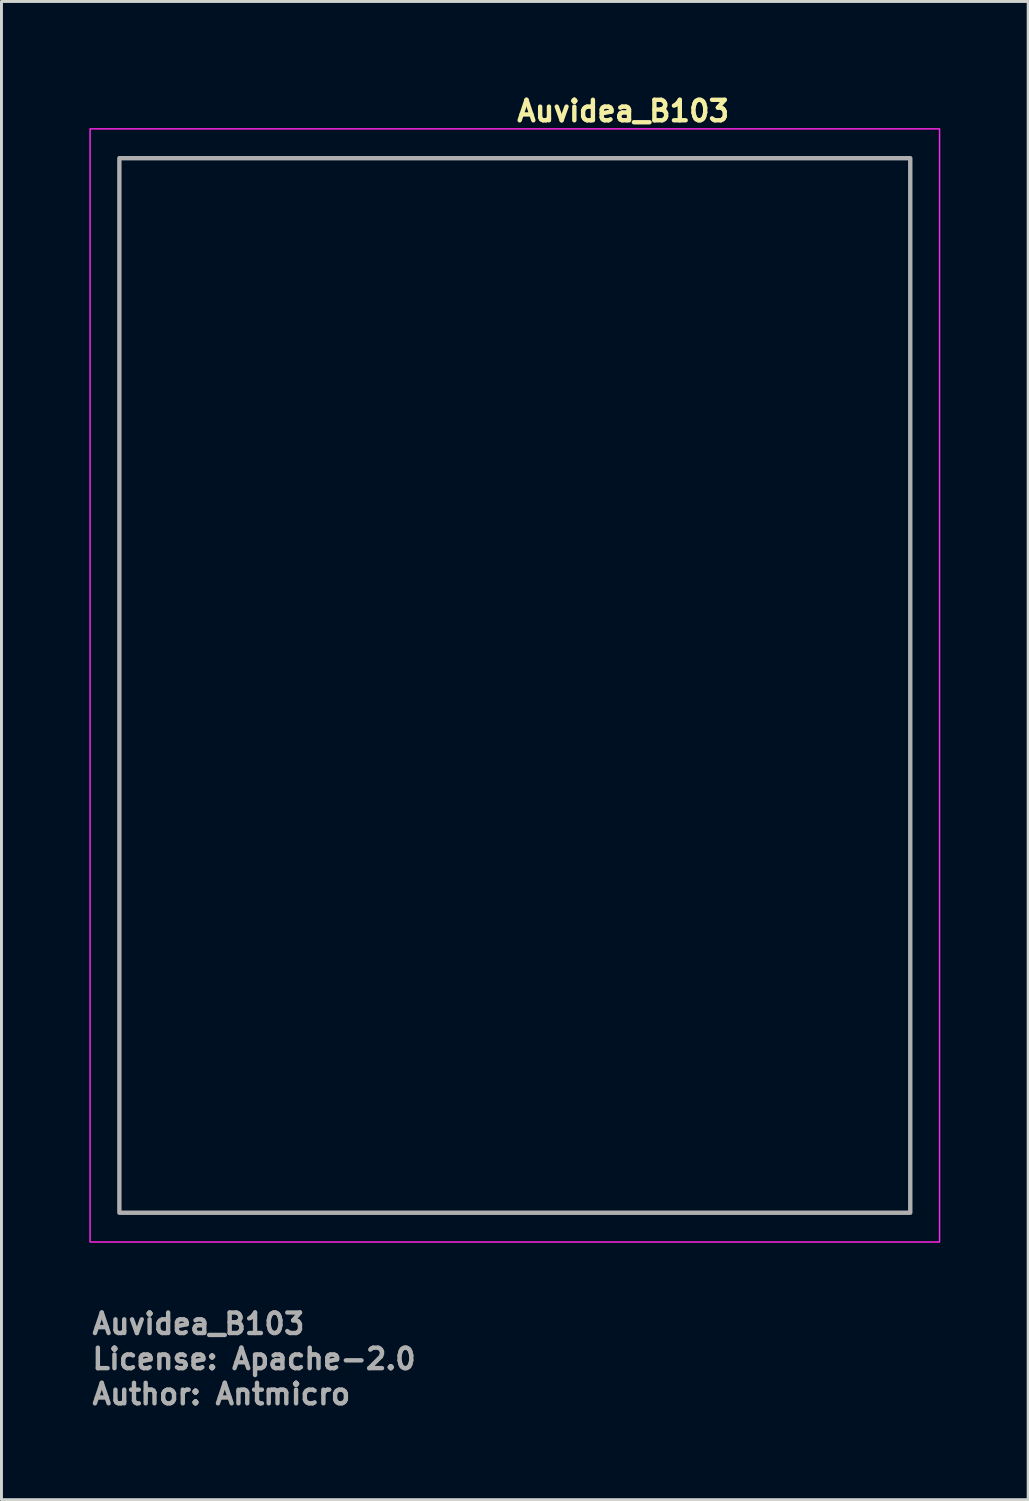
<source format=kicad_pcb>
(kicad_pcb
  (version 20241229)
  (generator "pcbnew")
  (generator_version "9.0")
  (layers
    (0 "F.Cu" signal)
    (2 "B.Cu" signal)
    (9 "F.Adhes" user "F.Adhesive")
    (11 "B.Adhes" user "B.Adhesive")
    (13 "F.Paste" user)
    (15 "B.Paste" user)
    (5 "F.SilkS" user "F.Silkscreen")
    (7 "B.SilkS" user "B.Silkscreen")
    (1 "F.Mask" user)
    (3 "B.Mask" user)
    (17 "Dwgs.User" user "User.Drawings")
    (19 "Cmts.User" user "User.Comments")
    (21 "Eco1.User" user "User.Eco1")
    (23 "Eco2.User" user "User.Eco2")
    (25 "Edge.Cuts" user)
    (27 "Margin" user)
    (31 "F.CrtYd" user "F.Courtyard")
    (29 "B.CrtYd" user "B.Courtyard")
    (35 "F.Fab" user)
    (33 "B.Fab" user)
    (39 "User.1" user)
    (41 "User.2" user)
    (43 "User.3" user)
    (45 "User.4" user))
  (footprint "Auvidea_B103"
    (layer "F.Cu")
    (at 14.525 20.35)
    (property "Reference" "Auvidea_B103" (at 0 -19.2 0) (unlocked yes) (layer "F.SilkS") (effects (font (size 0.7 0.7) (thickness 0.15)) (justify left bottom)))
    (attr exclude_from_bom)
    (fp_rect (start -14.5 -19) (end 14.5 19) (stroke (width 0.05) (type solid)) (fill no) (layer "F.CrtYd"))
    (fp_rect (start -13.5 -18) (end 13.5 18) (stroke (width 0.15) (type solid)) (fill no) (layer "F.Fab"))
    (fp_rect (start -13.5 -18) (end 13.5 18) (stroke (width 0.1) (type solid)) (fill no) (layer "User.5"))
    (fp_line (start -13.5 -18) (end -13.5 18) (stroke (width 0.02) (type solid)) (layer "User.9"))
    (fp_line (start -13.5 18) (end 13.5 18) (stroke (width 0.02) (type solid)) (layer "User.9"))
    (fp_line (start -9.969 -10.555) (end -9.969 -5.555) (stroke (width 0.02) (type solid)) (layer "User.9"))
    (fp_line (start -9.969 -5.555) (end -4.969 -5.555) (stroke (width 0.02) (type solid)) (layer "User.9"))
    (fp_line (start -5.592 -9.805) (end -5.588 -9.773) (stroke (width 0.02) (type solid)) (layer "User.9"))
    (fp_line (start -5.588 -9.838) (end -5.592 -9.805) (stroke (width 0.02) (type solid)) (layer "User.9"))
    (fp_line (start -5.588 -9.838) (end -5.575 -9.868) (stroke (width 0.02) (type solid)) (layer "User.9"))
    (fp_line (start -5.588 -9.773) (end -5.575 -9.743) (stroke (width 0.02) (type solid)) (layer "User.9"))
    (fp_line (start -5.575 -9.743) (end -5.555 -9.717) (stroke (width 0.02) (type solid)) (layer "User.9"))
    (fp_line (start -5.555 -9.894) (end -5.575 -9.868) (stroke (width 0.02) (type solid)) (layer "User.9"))
    (fp_line (start -5.555 -9.717) (end -5.529 -9.697) (stroke (width 0.02) (type solid)) (layer "User.9"))
    (fp_line (start -5.529 -9.914) (end -5.555 -9.894) (stroke (width 0.02) (type solid)) (layer "User.9"))
    (fp_line (start -5.529 -9.697) (end -5.499 -9.684) (stroke (width 0.02) (type solid)) (layer "User.9"))
    (fp_line (start -5.499 -9.926) (end -5.529 -9.914) (stroke (width 0.02) (type solid)) (layer "User.9"))
    (fp_line (start -5.467 -9.93) (end -5.499 -9.926) (stroke (width 0.02) (type solid)) (layer "User.9"))
    (fp_line (start -5.467 -9.68) (end -5.499 -9.684) (stroke (width 0.02) (type solid)) (layer "User.9"))
    (fp_line (start -5.467 -9.68) (end -5.435 -9.684) (stroke (width 0.02) (type solid)) (layer "User.9"))
    (fp_line (start -5.435 -9.926) (end -5.467 -9.93) (stroke (width 0.02) (type solid)) (layer "User.9"))
    (fp_line (start -5.435 -9.684) (end -5.404 -9.697) (stroke (width 0.02) (type solid)) (layer "User.9"))
    (fp_line (start -5.404 -9.914) (end -5.435 -9.926) (stroke (width 0.02) (type solid)) (layer "User.9"))
    (fp_line (start -5.404 -9.914) (end -5.378 -9.894) (stroke (width 0.02) (type solid)) (layer "User.9"))
    (fp_line (start -5.404 -9.697) (end -5.378 -9.717) (stroke (width 0.02) (type solid)) (layer "User.9"))
    (fp_line (start -5.378 -9.717) (end -5.359 -9.743) (stroke (width 0.02) (type solid)) (layer "User.9"))
    (fp_line (start -5.378 -9.717) (end -5.346 -9.773) (stroke (width 0.02) (type solid)) (layer "User.9"))
    (fp_line (start -5.359 -9.868) (end -5.378 -9.894) (stroke (width 0.02) (type solid)) (layer "User.9"))
    (fp_line (start -5.359 -9.743) (end -5.346 -9.773) (stroke (width 0.02) (type solid)) (layer "User.9"))
    (fp_line (start -5.346 -9.838) (end -5.359 -9.868) (stroke (width 0.02) (type solid)) (layer "User.9"))
    (fp_line (start -5.346 -9.773) (end -5.342 -9.805) (stroke (width 0.02) (type solid)) (layer "User.9"))
    (fp_line (start -5.342 -9.805) (end -5.346 -9.838) (stroke (width 0.02) (type solid)) (layer "User.9"))
    (fp_line (start -4.969 -10.555) (end -9.969 -10.555) (stroke (width 0.02) (type solid)) (layer "User.9"))
    (fp_line (start -4.969 -5.555) (end -4.969 -10.555) (stroke (width 0.02) (type solid)) (layer "User.9"))
    (fp_line (start 0.909 7.157) (end 0.909 5.157) (stroke (width 0.02) (type solid)) (layer "User.9"))
    (fp_line (start 0.909 7.157) (end 2.909 7.157) (stroke (width 0.02) (type solid)) (layer "User.9"))
    (fp_line (start 2.434 5.507) (end 2.438 5.475) (stroke (width 0.02) (type solid)) (layer "User.9"))
    (fp_line (start 2.438 5.475) (end 2.45 5.445) (stroke (width 0.02) (type solid)) (layer "User.9"))
    (fp_line (start 2.438 5.54) (end 2.434 5.507) (stroke (width 0.02) (type solid)) (layer "User.9"))
    (fp_line (start 2.45 5.445) (end 2.47 5.419) (stroke (width 0.02) (type solid)) (layer "User.9"))
    (fp_line (start 2.45 5.57) (end 2.438 5.54) (stroke (width 0.02) (type solid)) (layer "User.9"))
    (fp_line (start 2.47 5.419) (end 2.496 5.399) (stroke (width 0.02) (type solid)) (layer "User.9"))
    (fp_line (start 2.47 5.596) (end 2.45 5.57) (stroke (width 0.02) (type solid)) (layer "User.9"))
    (fp_line (start 2.496 5.399) (end 2.526 5.387) (stroke (width 0.02) (type solid)) (layer "User.9"))
    (fp_line (start 2.496 5.616) (end 2.47 5.596) (stroke (width 0.02) (type solid)) (layer "User.9"))
    (fp_line (start 2.526 5.387) (end 2.559 5.382) (stroke (width 0.02) (type solid)) (layer "User.9"))
    (fp_line (start 2.526 5.628) (end 2.496 5.616) (stroke (width 0.02) (type solid)) (layer "User.9"))
    (fp_line (start 2.559 5.382) (end 2.591 5.387) (stroke (width 0.02) (type solid)) (layer "User.9"))
    (fp_line (start 2.559 5.632) (end 2.526 5.628) (stroke (width 0.02) (type solid)) (layer "User.9"))
    (fp_line (start 2.591 5.387) (end 2.621 5.399) (stroke (width 0.02) (type solid)) (layer "User.9"))
    (fp_line (start 2.591 5.628) (end 2.559 5.632) (stroke (width 0.02) (type solid)) (layer "User.9"))
    (fp_line (start 2.621 5.399) (end 2.647 5.419) (stroke (width 0.02) (type solid)) (layer "User.9"))
    (fp_line (start 2.621 5.616) (end 2.591 5.628) (stroke (width 0.02) (type solid)) (layer "User.9"))
    (fp_line (start 2.647 5.419) (end 2.667 5.445) (stroke (width 0.02) (type solid)) (layer "User.9"))
    (fp_line (start 2.647 5.596) (end 2.621 5.616) (stroke (width 0.02) (type solid)) (layer "User.9"))
    (fp_line (start 2.667 5.445) (end 2.621 5.399) (stroke (width 0.02) (type solid)) (layer "User.9"))
    (fp_line (start 2.667 5.445) (end 2.679 5.475) (stroke (width 0.02) (type solid)) (layer "User.9"))
    (fp_line (start 2.667 5.57) (end 2.647 5.596) (stroke (width 0.02) (type solid)) (layer "User.9"))
    (fp_line (start 2.667 5.57) (end 2.684 5.507) (stroke (width 0.02) (type solid)) (layer "User.9"))
    (fp_line (start 2.679 5.475) (end 2.684 5.507) (stroke (width 0.02) (type solid)) (layer "User.9"))
    (fp_line (start 2.679 5.54) (end 2.667 5.57) (stroke (width 0.02) (type solid)) (layer "User.9"))
    (fp_line (start 2.684 5.507) (end 2.667 5.445) (stroke (width 0.02) (type solid)) (layer "User.9"))
    (fp_line (start 2.684 5.507) (end 2.679 5.54) (stroke (width 0.02) (type solid)) (layer "User.9"))
    (fp_line (start 2.909 5.157) (end 0.909 5.157) (stroke (width 0.02) (type solid)) (layer "User.9"))
    (fp_line (start 2.909 5.157) (end 2.909 7.157) (stroke (width 0.02) (type solid)) (layer "User.9"))
    (fp_line (start 2.909 5.357) (end 2.909 5.657) (stroke (width 0.02) (type solid)) (layer "User.9"))
    (fp_line (start 2.909 6.007) (end 2.909 6.307) (stroke (width 0.02) (type solid)) (layer "User.9"))
    (fp_line (start 2.909 6.657) (end 2.909 6.957) (stroke (width 0.02) (type solid)) (layer "User.9"))
    (fp_line (start 8.028 -7.692) (end 8.028 -7.645) (stroke (width 0.02) (type solid)) (layer "User.9"))
    (fp_line (start 8.028 -7.645) (end 8.028 -7.598) (stroke (width 0.02) (type solid)) (layer "User.9"))
    (fp_line (start 8.028 -7.598) (end 8.028 -7.498) (stroke (width 0.02) (type solid)) (layer "User.9"))
    (fp_line (start 8.028 -7.498) (end 8.028 -7.304) (stroke (width 0.02) (type solid)) (layer "User.9"))
    (fp_line (start 8.028 -7.304) (end 8.028 -6.917) (stroke (width 0.02) (type solid)) (layer "User.9"))
    (fp_line (start 8.028 -6.917) (end 8.028 -6.142) (stroke (width 0.02) (type solid)) (layer "User.9"))
    (fp_line (start 8.028 -6.142) (end 8.028 -5.367) (stroke (width 0.02) (type solid)) (layer "User.9"))
    (fp_line (start 8.028 -5.367) (end 8.028 -4.983) (stroke (width 0.02) (type solid)) (layer "User.9"))
    (fp_line (start 8.028 -4.983) (end 8.028 -4.787) (stroke (width 0.02) (type solid)) (layer "User.9"))
    (fp_line (start 8.028 -4.787) (end 8.028 -4.69) (stroke (width 0.02) (type solid)) (layer "User.9"))
    (fp_line (start 8.028 -4.69) (end 8.028 -4.641) (stroke (width 0.02) (type solid)) (layer "User.9"))
    (fp_line (start 8.028 -4.641) (end 8.028 -4.592) (stroke (width 0.02) (type solid)) (layer "User.9"))
    (fp_line (start 8.028 -4.592) (end 8.124 -4.592) (stroke (width 0.02) (type solid)) (layer "User.9"))
    (fp_line (start 8.124 -7.692) (end 8.028 -7.692) (stroke (width 0.02) (type solid)) (layer "User.9"))
    (fp_line (start 8.124 -7.692) (end 8.221 -7.692) (stroke (width 0.02) (type solid)) (layer "User.9"))
    (fp_line (start 8.221 -7.692) (end 8.415 -7.692) (stroke (width 0.02) (type solid)) (layer "User.9"))
    (fp_line (start 8.221 -4.592) (end 8.124 -4.592) (stroke (width 0.02) (type solid)) (layer "User.9"))
    (fp_line (start 8.221 -4.592) (end 8.415 -4.592) (stroke (width 0.02) (type solid)) (layer "User.9"))
    (fp_line (start 8.415 -7.692) (end 8.803 -7.692) (stroke (width 0.02) (type solid)) (layer "User.9"))
    (fp_line (start 8.473 -3.642) (end 8.545 -3.642) (stroke (width 0.02) (type solid)) (layer "User.9"))
    (fp_line (start 8.483 -8.605) (end 8.483 -8.642) (stroke (width 0.02) (type solid)) (layer "User.9"))
    (fp_line (start 8.483 -8.567) (end 8.483 -8.605) (stroke (width 0.02) (type solid)) (layer "User.9"))
    (fp_line (start 8.483 -8.492) (end 8.483 -8.567) (stroke (width 0.02) (type solid)) (layer "User.9"))
    (fp_line (start 8.483 -8.342) (end 8.483 -8.492) (stroke (width 0.02) (type solid)) (layer "User.9"))
    (fp_line (start 8.483 -8.308) (end 8.483 -8.342) (stroke (width 0.02) (type solid)) (layer "User.9"))
    (fp_line (start 8.483 -8.275) (end 8.483 -8.308) (stroke (width 0.02) (type solid)) (layer "User.9"))
    (fp_line (start 8.483 -8.246) (end 8.483 -8.275) (stroke (width 0.02) (type solid)) (layer "User.9"))
    (fp_line (start 8.483 -8.222) (end 8.483 -8.246) (stroke (width 0.02) (type solid)) (layer "User.9"))
    (fp_line (start 8.483 -8.204) (end 8.483 -8.222) (stroke (width 0.02) (type solid)) (layer "User.9"))
    (fp_line (start 8.483 -8.072) (end 8.483 -8.204) (stroke (width 0.02) (type solid)) (layer "User.9"))
    (fp_line (start 8.483 -8.043) (end 8.483 -8.072) (stroke (width 0.02) (type solid)) (layer "User.9"))
    (fp_line (start 8.483 -8.003) (end 8.483 -8.043) (stroke (width 0.02) (type solid)) (layer "User.9"))
    (fp_line (start 8.483 -7.954) (end 8.483 -8.003) (stroke (width 0.02) (type solid)) (layer "User.9"))
    (fp_line (start 8.483 -7.9) (end 8.483 -7.954) (stroke (width 0.02) (type solid)) (layer "User.9"))
    (fp_line (start 8.483 -7.842) (end 8.483 -7.9) (stroke (width 0.02) (type solid)) (layer "User.9"))
    (fp_line (start 8.483 -7.765) (end 8.483 -7.842) (stroke (width 0.02) (type solid)) (layer "User.9"))
    (fp_line (start 8.483 -7.692) (end 8.483 -7.765) (stroke (width 0.02) (type solid)) (layer "User.9"))
    (fp_line (start 8.483 -4.592) (end 8.483 -4.578) (stroke (width 0.02) (type solid)) (layer "User.9"))
    (fp_line (start 8.483 -4.592) (end 8.483 -4.517) (stroke (width 0.02) (type solid)) (layer "User.9"))
    (fp_line (start 8.483 -4.592) (end 8.483 -4.517) (stroke (width 0.02) (type solid)) (layer "User.9"))
    (fp_line (start 8.483 -4.592) (end 8.545 -4.592) (stroke (width 0.02) (type solid)) (layer "User.9"))
    (fp_line (start 8.483 -4.578) (end 8.483 -4.592) (stroke (width 0.02) (type solid)) (layer "User.9"))
    (fp_line (start 8.483 -4.578) (end 8.483 -4.578) (stroke (width 0.02) (type solid)) (layer "User.9"))
    (fp_line (start 8.483 -4.517) (end 8.483 -4.478) (stroke (width 0.02) (type solid)) (layer "User.9"))
    (fp_line (start 8.483 -4.517) (end 8.483 -4.478) (stroke (width 0.02) (type solid)) (layer "User.9"))
    (fp_line (start 8.483 -4.478) (end 8.483 -4.443) (stroke (width 0.02) (type solid)) (layer "User.9"))
    (fp_line (start 8.483 -4.478) (end 8.483 -4.442) (stroke (width 0.02) (type solid)) (layer "User.9"))
    (fp_line (start 8.483 -4.443) (end 8.483 -4.442) (stroke (width 0.02) (type solid)) (layer "User.9"))
    (fp_line (start 8.483 -4.443) (end 8.483 -4.388) (stroke (width 0.02) (type solid)) (layer "User.9"))
    (fp_line (start 8.483 -4.442) (end 8.483 -4.443) (stroke (width 0.02) (type solid)) (layer "User.9"))
    (fp_line (start 8.483 -4.442) (end 8.483 -4.384) (stroke (width 0.02) (type solid)) (layer "User.9"))
    (fp_line (start 8.483 -4.388) (end 8.483 -4.396) (stroke (width 0.02) (type solid)) (layer "User.9"))
    (fp_line (start 8.483 -4.388) (end 8.483 -4.336) (stroke (width 0.02) (type solid)) (layer "User.9"))
    (fp_line (start 8.483 -4.384) (end 8.483 -4.388) (stroke (width 0.02) (type solid)) (layer "User.9"))
    (fp_line (start 8.483 -4.384) (end 8.483 -4.33) (stroke (width 0.02) (type solid)) (layer "User.9"))
    (fp_line (start 8.483 -4.352) (end 8.483 -4.336) (stroke (width 0.02) (type solid)) (layer "User.9"))
    (fp_line (start 8.483 -4.336) (end 8.483 -4.29) (stroke (width 0.02) (type solid)) (layer "User.9"))
    (fp_line (start 8.483 -4.33) (end 8.483 -4.336) (stroke (width 0.02) (type solid)) (layer "User.9"))
    (fp_line (start 8.483 -4.33) (end 8.483 -4.281) (stroke (width 0.02) (type solid)) (layer "User.9"))
    (fp_line (start 8.483 -4.29) (end 8.483 -4.314) (stroke (width 0.02) (type solid)) (layer "User.9"))
    (fp_line (start 8.483 -4.29) (end 8.483 -4.281) (stroke (width 0.02) (type solid)) (layer "User.9"))
    (fp_line (start 8.483 -4.29) (end 8.483 -4.253) (stroke (width 0.02) (type solid)) (layer "User.9"))
    (fp_line (start 8.483 -4.281) (end 8.483 -4.242) (stroke (width 0.02) (type solid)) (layer "User.9"))
    (fp_line (start 8.483 -4.266) (end 8.483 -4.253) (stroke (width 0.02) (type solid)) (layer "User.9"))
    (fp_line (start 8.483 -4.253) (end 8.483 -4.281) (stroke (width 0.02) (type solid)) (layer "User.9"))
    (fp_line (start 8.483 -4.253) (end 8.483 -4.225) (stroke (width 0.02) (type solid)) (layer "User.9"))
    (fp_line (start 8.483 -4.247) (end 8.483 -4.225) (stroke (width 0.02) (type solid)) (layer "User.9"))
    (fp_line (start 8.483 -4.242) (end 8.483 -4.253) (stroke (width 0.02) (type solid)) (layer "User.9"))
    (fp_line (start 8.483 -4.242) (end 8.483 -4.213) (stroke (width 0.02) (type solid)) (layer "User.9"))
    (fp_line (start 8.483 -4.225) (end 8.483 -4.092) (stroke (width 0.02) (type solid)) (layer "User.9"))
    (fp_line (start 8.483 -4.213) (end 8.483 -4.225) (stroke (width 0.02) (type solid)) (layer "User.9"))
    (fp_line (start 8.483 -4.213) (end 8.483 -4.08) (stroke (width 0.02) (type solid)) (layer "User.9"))
    (fp_line (start 8.483 -4.092) (end 8.483 -4.144) (stroke (width 0.02) (type solid)) (layer "User.9"))
    (fp_line (start 8.483 -4.092) (end 8.483 -4.133) (stroke (width 0.02) (type solid)) (layer "User.9"))
    (fp_line (start 8.483 -4.092) (end 8.483 -4.108) (stroke (width 0.02) (type solid)) (layer "User.9"))
    (fp_line (start 8.483 -4.092) (end 8.483 -4.08) (stroke (width 0.02) (type solid)) (layer "User.9"))
    (fp_line (start 8.483 -4.092) (end 8.483 -4.074) (stroke (width 0.02) (type solid)) (layer "User.9"))
    (fp_line (start 8.483 -4.08) (end 8.483 -4.063) (stroke (width 0.02) (type solid)) (layer "User.9"))
    (fp_line (start 8.483 -4.074) (end 8.483 -4.099) (stroke (width 0.02) (type solid)) (layer "User.9"))
    (fp_line (start 8.483 -4.074) (end 8.483 -4.048) (stroke (width 0.02) (type solid)) (layer "User.9"))
    (fp_line (start 8.483 -4.071) (end 8.483 -4.048) (stroke (width 0.02) (type solid)) (layer "User.9"))
    (fp_line (start 8.483 -4.063) (end 8.483 -4.074) (stroke (width 0.02) (type solid)) (layer "User.9"))
    (fp_line (start 8.483 -4.063) (end 8.483 -4.039) (stroke (width 0.02) (type solid)) (layer "User.9"))
    (fp_line (start 8.483 -4.048) (end 8.483 -4.039) (stroke (width 0.02) (type solid)) (layer "User.9"))
    (fp_line (start 8.483 -4.048) (end 8.483 -4.016) (stroke (width 0.02) (type solid)) (layer "User.9"))
    (fp_line (start 8.483 -4.039) (end 8.483 -4.01) (stroke (width 0.02) (type solid)) (layer "User.9"))
    (fp_line (start 8.483 -4.016) (end 8.483 -4.032) (stroke (width 0.02) (type solid)) (layer "User.9"))
    (fp_line (start 8.483 -4.016) (end 8.483 -4.01) (stroke (width 0.02) (type solid)) (layer "User.9"))
    (fp_line (start 8.483 -4.016) (end 8.483 -3.98) (stroke (width 0.02) (type solid)) (layer "User.9"))
    (fp_line (start 8.483 -4.01) (end 8.483 -3.977) (stroke (width 0.02) (type solid)) (layer "User.9"))
    (fp_line (start 8.483 -3.98) (end 8.483 -3.988) (stroke (width 0.02) (type solid)) (layer "User.9"))
    (fp_line (start 8.483 -3.98) (end 8.483 -3.977) (stroke (width 0.02) (type solid)) (layer "User.9"))
    (fp_line (start 8.483 -3.98) (end 8.483 -3.943) (stroke (width 0.02) (type solid)) (layer "User.9"))
    (fp_line (start 8.483 -3.977) (end 8.483 -3.942) (stroke (width 0.02) (type solid)) (layer "User.9"))
    (fp_line (start 8.483 -3.943) (end 8.483 -3.942) (stroke (width 0.02) (type solid)) (layer "User.9"))
    (fp_line (start 8.483 -3.943) (end 8.483 -3.792) (stroke (width 0.02) (type solid)) (layer "User.9"))
    (fp_line (start 8.483 -3.942) (end 8.483 -3.792) (stroke (width 0.02) (type solid)) (layer "User.9"))
    (fp_line (start 8.483 -3.941) (end 8.483 -3.943) (stroke (width 0.02) (type solid)) (layer "User.9"))
    (fp_line (start 8.483 -3.941) (end 8.483 -3.942) (stroke (width 0.02) (type solid)) (layer "User.9"))
    (fp_line (start 8.483 -3.94) (end 8.483 -3.941) (stroke (width 0.02) (type solid)) (layer "User.9"))
    (fp_line (start 8.483 -3.724) (end 8.483 -3.941) (stroke (width 0.02) (type solid)) (layer "User.9"))
    (fp_line (start 8.483 -3.65) (end 8.483 -3.792) (stroke (width 0.02) (type solid)) (layer "User.9"))
    (fp_line (start 8.545 -8.642) (end 8.483 -8.642) (stroke (width 0.02) (type solid)) (layer "User.9"))
    (fp_line (start 8.545 -3.642) (end 8.483 -3.642) (stroke (width 0.02) (type solid)) (layer "User.9"))
    (fp_line (start 8.576 -4.592) (end 8.545 -4.592) (stroke (width 0.02) (type solid)) (layer "User.9"))
    (fp_line (start 8.576 -4.592) (end 8.608 -4.592) (stroke (width 0.02) (type solid)) (layer "User.9"))
    (fp_line (start 8.576 -3.642) (end 8.545 -3.642) (stroke (width 0.02) (type solid)) (layer "User.9"))
    (fp_line (start 8.581 -3.642) (end 8.67 -3.642) (stroke (width 0.02) (type solid)) (layer "User.9"))
    (fp_line (start 8.608 -8.642) (end 8.545 -8.642) (stroke (width 0.02) (type solid)) (layer "User.9"))
    (fp_line (start 8.608 -3.642) (end 8.576 -3.642) (stroke (width 0.02) (type solid)) (layer "User.9"))
    (fp_line (start 8.668 -8.642) (end 8.608 -8.642) (stroke (width 0.02) (type solid)) (layer "User.9"))
    (fp_line (start 8.67 -4.592) (end 8.608 -4.592) (stroke (width 0.02) (type solid)) (layer "User.9"))
    (fp_line (start 8.67 -4.592) (end 8.67 -4.592) (stroke (width 0.02) (type solid)) (layer "User.9"))
    (fp_line (start 8.67 -4.592) (end 8.733 -4.592) (stroke (width 0.02) (type solid)) (layer "User.9"))
    (fp_line (start 8.67 -3.642) (end 8.608 -3.642) (stroke (width 0.02) (type solid)) (layer "User.9"))
    (fp_line (start 8.733 -8.642) (end 8.668 -8.642) (stroke (width 0.02) (type solid)) (layer "User.9"))
    (fp_line (start 8.733 -8.642) (end 8.733 -8.605) (stroke (width 0.02) (type solid)) (layer "User.9"))
    (fp_line (start 8.733 -8.605) (end 8.733 -8.567) (stroke (width 0.02) (type solid)) (layer "User.9"))
    (fp_line (start 8.733 -8.567) (end 8.733 -8.492) (stroke (width 0.02) (type solid)) (layer "User.9"))
    (fp_line (start 8.733 -8.492) (end 8.733 -8.342) (stroke (width 0.02) (type solid)) (layer "User.9"))
    (fp_line (start 8.733 -8.342) (end 8.733 -8.308) (stroke (width 0.02) (type solid)) (layer "User.9"))
    (fp_line (start 8.733 -8.308) (end 8.733 -8.275) (stroke (width 0.02) (type solid)) (layer "User.9"))
    (fp_line (start 8.733 -8.275) (end 8.733 -8.246) (stroke (width 0.02) (type solid)) (layer "User.9"))
    (fp_line (start 8.733 -8.246) (end 8.733 -8.222) (stroke (width 0.02) (type solid)) (layer "User.9"))
    (fp_line (start 8.733 -8.222) (end 8.733 -8.204) (stroke (width 0.02) (type solid)) (layer "User.9"))
    (fp_line (start 8.733 -8.204) (end 8.733 -8.072) (stroke (width 0.02) (type solid)) (layer "User.9"))
    (fp_line (start 8.733 -8.072) (end 8.733 -8.043) (stroke (width 0.02) (type solid)) (layer "User.9"))
    (fp_line (start 8.733 -8.043) (end 8.733 -8.003) (stroke (width 0.02) (type solid)) (layer "User.9"))
    (fp_line (start 8.733 -8.003) (end 8.733 -7.954) (stroke (width 0.02) (type solid)) (layer "User.9"))
    (fp_line (start 8.733 -7.954) (end 8.733 -7.9) (stroke (width 0.02) (type solid)) (layer "User.9"))
    (fp_line (start 8.733 -7.9) (end 8.733 -7.842) (stroke (width 0.02) (type solid)) (layer "User.9"))
    (fp_line (start 8.733 -7.842) (end 8.733 -7.765) (stroke (width 0.02) (type solid)) (layer "User.9"))
    (fp_line (start 8.733 -7.765) (end 8.733 -7.692) (stroke (width 0.02) (type solid)) (layer "User.9"))
    (fp_line (start 8.733 -4.592) (end 8.733 -4.592) (stroke (width 0.02) (type solid)) (layer "User.9"))
    (fp_line (start 8.733 -4.592) (end 8.733 -4.578) (stroke (width 0.02) (type solid)) (layer "User.9"))
    (fp_line (start 8.733 -4.592) (end 8.733 -4.517) (stroke (width 0.02) (type solid)) (layer "User.9"))
    (fp_line (start 8.733 -4.578) (end 8.733 -4.592) (stroke (width 0.02) (type solid)) (layer "User.9"))
    (fp_line (start 8.733 -4.517) (end 8.733 -4.592) (stroke (width 0.02) (type solid)) (layer "User.9"))
    (fp_line (start 8.733 -4.517) (end 8.733 -4.48) (stroke (width 0.02) (type solid)) (layer "User.9"))
    (fp_line (start 8.733 -4.48) (end 8.733 -4.441) (stroke (width 0.02) (type solid)) (layer "User.9"))
    (fp_line (start 8.733 -4.478) (end 8.733 -4.517) (stroke (width 0.02) (type solid)) (layer "User.9"))
    (fp_line (start 8.733 -4.442) (end 8.733 -4.478) (stroke (width 0.02) (type solid)) (layer "User.9"))
    (fp_line (start 8.733 -4.442) (end 8.733 -4.441) (stroke (width 0.02) (type solid)) (layer "User.9"))
    (fp_line (start 8.733 -4.441) (end 8.733 -4.442) (stroke (width 0.02) (type solid)) (layer "User.9"))
    (fp_line (start 8.733 -4.441) (end 8.733 -4.404) (stroke (width 0.02) (type solid)) (layer "User.9"))
    (fp_line (start 8.733 -4.404) (end 8.733 -4.408) (stroke (width 0.02) (type solid)) (layer "User.9"))
    (fp_line (start 8.733 -4.404) (end 8.733 -4.396) (stroke (width 0.02) (type solid)) (layer "User.9"))
    (fp_line (start 8.733 -4.404) (end 8.733 -4.368) (stroke (width 0.02) (type solid)) (layer "User.9"))
    (fp_line (start 8.733 -4.384) (end 8.733 -4.442) (stroke (width 0.02) (type solid)) (layer "User.9"))
    (fp_line (start 8.733 -4.375) (end 8.733 -4.368) (stroke (width 0.02) (type solid)) (layer "User.9"))
    (fp_line (start 8.733 -4.368) (end 8.733 -4.337) (stroke (width 0.02) (type solid)) (layer "User.9"))
    (fp_line (start 8.733 -4.352) (end 8.733 -4.368) (stroke (width 0.02) (type solid)) (layer "User.9"))
    (fp_line (start 8.733 -4.346) (end 8.733 -4.337) (stroke (width 0.02) (type solid)) (layer "User.9"))
    (fp_line (start 8.733 -4.337) (end 8.733 -4.311) (stroke (width 0.02) (type solid)) (layer "User.9"))
    (fp_line (start 8.733 -4.33) (end 8.733 -4.384) (stroke (width 0.02) (type solid)) (layer "User.9"))
    (fp_line (start 8.733 -4.322) (end 8.733 -4.311) (stroke (width 0.02) (type solid)) (layer "User.9"))
    (fp_line (start 8.733 -4.322) (end 8.733 -4.304) (stroke (width 0.02) (type solid)) (layer "User.9"))
    (fp_line (start 8.733 -4.314) (end 8.733 -4.337) (stroke (width 0.02) (type solid)) (layer "User.9"))
    (fp_line (start 8.733 -4.311) (end 8.733 -4.292) (stroke (width 0.02) (type solid)) (layer "User.9"))
    (fp_line (start 8.733 -4.304) (end 8.733 -4.311) (stroke (width 0.02) (type solid)) (layer "User.9"))
    (fp_line (start 8.733 -4.304) (end 8.733 -4.292) (stroke (width 0.02) (type solid)) (layer "User.9"))
    (fp_line (start 8.733 -4.304) (end 8.733 -4.172) (stroke (width 0.02) (type solid)) (layer "User.9"))
    (fp_line (start 8.733 -4.292) (end 8.733 -4.258) (stroke (width 0.02) (type solid)) (layer "User.9"))
    (fp_line (start 8.733 -4.292) (end 8.733 -4.159) (stroke (width 0.02) (type solid)) (layer "User.9"))
    (fp_line (start 8.733 -4.282) (end 8.733 -4.311) (stroke (width 0.02) (type solid)) (layer "User.9"))
    (fp_line (start 8.733 -4.281) (end 8.733 -4.33) (stroke (width 0.02) (type solid)) (layer "User.9"))
    (fp_line (start 8.733 -4.242) (end 8.733 -4.281) (stroke (width 0.02) (type solid)) (layer "User.9"))
    (fp_line (start 8.733 -4.213) (end 8.733 -4.242) (stroke (width 0.02) (type solid)) (layer "User.9"))
    (fp_line (start 8.733 -4.213) (end 8.733 -4.092) (stroke (width 0.02) (type solid)) (layer "User.9"))
    (fp_line (start 8.733 -4.185) (end 8.733 -4.159) (stroke (width 0.02) (type solid)) (layer "User.9"))
    (fp_line (start 8.733 -4.172) (end 8.733 -4.292) (stroke (width 0.02) (type solid)) (layer "User.9"))
    (fp_line (start 8.733 -4.172) (end 8.733 -4.159) (stroke (width 0.02) (type solid)) (layer "User.9"))
    (fp_line (start 8.733 -4.172) (end 8.733 -4.143) (stroke (width 0.02) (type solid)) (layer "User.9"))
    (fp_line (start 8.733 -4.159) (end 8.733 -4.132) (stroke (width 0.02) (type solid)) (layer "User.9"))
    (fp_line (start 8.733 -4.143) (end 8.733 -4.159) (stroke (width 0.02) (type solid)) (layer "User.9"))
    (fp_line (start 8.733 -4.143) (end 8.733 -4.159) (stroke (width 0.02) (type solid)) (layer "User.9"))
    (fp_line (start 8.733 -4.143) (end 8.733 -4.132) (stroke (width 0.02) (type solid)) (layer "User.9"))
    (fp_line (start 8.733 -4.143) (end 8.733 -4.103) (stroke (width 0.02) (type solid)) (layer "User.9"))
    (fp_line (start 8.733 -4.132) (end 8.733 -4.094) (stroke (width 0.02) (type solid)) (layer "User.9"))
    (fp_line (start 8.733 -4.132) (end 8.733 -4.092) (stroke (width 0.02) (type solid)) (layer "User.9"))
    (fp_line (start 8.733 -4.103) (end 8.733 -4.08) (stroke (width 0.02) (type solid)) (layer "User.9"))
    (fp_line (start 8.733 -4.099) (end 8.733 -4.132) (stroke (width 0.02) (type solid)) (layer "User.9"))
    (fp_line (start 8.733 -4.094) (end 8.733 -4.103) (stroke (width 0.02) (type solid)) (layer "User.9"))
    (fp_line (start 8.733 -4.094) (end 8.733 -4.071) (stroke (width 0.02) (type solid)) (layer "User.9"))
    (fp_line (start 8.733 -4.094) (end 8.733 -4.048) (stroke (width 0.02) (type solid)) (layer "User.9"))
    (fp_line (start 8.733 -4.092) (end 8.733 -4.159) (stroke (width 0.02) (type solid)) (layer "User.9"))
    (fp_line (start 8.733 -4.08) (end 8.733 -4.213) (stroke (width 0.02) (type solid)) (layer "User.9"))
    (fp_line (start 8.733 -4.08) (end 8.733 -4.092) (stroke (width 0.02) (type solid)) (layer "User.9"))
    (fp_line (start 8.733 -4.063) (end 8.733 -4.08) (stroke (width 0.02) (type solid)) (layer "User.9"))
    (fp_line (start 8.733 -4.048) (end 8.733 -4.054) (stroke (width 0.02) (type solid)) (layer "User.9"))
    (fp_line (start 8.733 -4.048) (end 8.733 -4.032) (stroke (width 0.02) (type solid)) (layer "User.9"))
    (fp_line (start 8.733 -4.048) (end 8.733 -3.997) (stroke (width 0.02) (type solid)) (layer "User.9"))
    (fp_line (start 8.733 -4.039) (end 8.733 -4.063) (stroke (width 0.02) (type solid)) (layer "User.9"))
    (fp_line (start 8.733 -4.01) (end 8.733 -4.039) (stroke (width 0.02) (type solid)) (layer "User.9"))
    (fp_line (start 8.733 -4) (end 8.733 -3.997) (stroke (width 0.02) (type solid)) (layer "User.9"))
    (fp_line (start 8.733 -3.997) (end 8.733 -3.941) (stroke (width 0.02) (type solid)) (layer "User.9"))
    (fp_line (start 8.733 -3.988) (end 8.733 -3.997) (stroke (width 0.02) (type solid)) (layer "User.9"))
    (fp_line (start 8.733 -3.977) (end 8.733 -4.01) (stroke (width 0.02) (type solid)) (layer "User.9"))
    (fp_line (start 8.733 -3.942) (end 8.733 -3.977) (stroke (width 0.02) (type solid)) (layer "User.9"))
    (fp_line (start 8.733 -3.942) (end 8.733 -3.941) (stroke (width 0.02) (type solid)) (layer "User.9"))
    (fp_line (start 8.733 -3.941) (end 8.733 -3.942) (stroke (width 0.02) (type solid)) (layer "User.9"))
    (fp_line (start 8.733 -3.941) (end 8.733 -3.724) (stroke (width 0.02) (type solid)) (layer "User.9"))
    (fp_line (start 8.733 -3.792) (end 8.733 -3.942) (stroke (width 0.02) (type solid)) (layer "User.9"))
    (fp_line (start 8.733 -3.792) (end 8.733 -3.942) (stroke (width 0.02) (type solid)) (layer "User.9"))
    (fp_line (start 8.733 -3.792) (end 8.733 -3.695) (stroke (width 0.02) (type solid)) (layer "User.9"))
    (fp_line (start 8.733 -3.724) (end 8.733 -3.942) (stroke (width 0.02) (type solid)) (layer "User.9"))
    (fp_line (start 8.733 -3.686) (end 8.733 -3.651) (stroke (width 0.02) (type solid)) (layer "User.9"))
    (fp_line (start 8.733 -3.686) (end 8.733 -3.651) (stroke (width 0.02) (type solid)) (layer "User.9"))
    (fp_line (start 8.733 -3.681) (end 8.733 -3.687) (stroke (width 0.02) (type solid)) (layer "User.9"))
    (fp_line (start 8.733 -3.646) (end 8.733 -3.681) (stroke (width 0.02) (type solid)) (layer "User.9"))
    (fp_line (start 8.733 -3.642) (end 8.67 -3.642) (stroke (width 0.02) (type solid)) (layer "User.9"))
    (fp_line (start 8.733 -3.642) (end 8.733 -3.68) (stroke (width 0.02) (type solid)) (layer "User.9"))
    (fp_line (start 8.803 -7.692) (end 9.578 -7.692) (stroke (width 0.02) (type solid)) (layer "User.9"))
    (fp_line (start 8.803 -4.592) (end 8.415 -4.592) (stroke (width 0.02) (type solid)) (layer "User.9"))
    (fp_line (start 8.803 -4.592) (end 9.578 -4.592) (stroke (width 0.02) (type solid)) (layer "User.9"))
    (fp_line (start 9.133 -8.607) (end 9.133 -8.642) (stroke (width 0.02) (type solid)) (layer "User.9"))
    (fp_line (start 9.133 -8.571) (end 9.133 -8.607) (stroke (width 0.02) (type solid)) (layer "User.9"))
    (fp_line (start 9.133 -8.5) (end 9.133 -8.571) (stroke (width 0.02) (type solid)) (layer "User.9"))
    (fp_line (start 9.133 -8.342) (end 9.133 -8.5) (stroke (width 0.02) (type solid)) (layer "User.9"))
    (fp_line (start 9.133 -8.308) (end 9.133 -8.342) (stroke (width 0.02) (type solid)) (layer "User.9"))
    (fp_line (start 9.133 -8.275) (end 9.133 -8.308) (stroke (width 0.02) (type solid)) (layer "User.9"))
    (fp_line (start 9.133 -8.246) (end 9.133 -8.275) (stroke (width 0.02) (type solid)) (layer "User.9"))
    (fp_line (start 9.133 -8.222) (end 9.133 -8.246) (stroke (width 0.02) (type solid)) (layer "User.9"))
    (fp_line (start 9.133 -8.204) (end 9.133 -8.222) (stroke (width 0.02) (type solid)) (layer "User.9"))
    (fp_line (start 9.133 -8.072) (end 9.133 -8.204) (stroke (width 0.02) (type solid)) (layer "User.9"))
    (fp_line (start 9.133 -8.043) (end 9.133 -8.072) (stroke (width 0.02) (type solid)) (layer "User.9"))
    (fp_line (start 9.133 -8.003) (end 9.133 -8.043) (stroke (width 0.02) (type solid)) (layer "User.9"))
    (fp_line (start 9.133 -7.954) (end 9.133 -8.003) (stroke (width 0.02) (type solid)) (layer "User.9"))
    (fp_line (start 9.133 -7.9) (end 9.133 -7.954) (stroke (width 0.02) (type solid)) (layer "User.9"))
    (fp_line (start 9.133 -7.842) (end 9.133 -7.9) (stroke (width 0.02) (type solid)) (layer "User.9"))
    (fp_line (start 9.133 -7.767) (end 9.133 -7.842) (stroke (width 0.02) (type solid)) (layer "User.9"))
    (fp_line (start 9.133 -7.692) (end 9.133 -7.767) (stroke (width 0.02) (type solid)) (layer "User.9"))
    (fp_line (start 9.133 -4.592) (end 9.133 -4.517) (stroke (width 0.02) (type solid)) (layer "User.9"))
    (fp_line (start 9.133 -4.517) (end 9.133 -4.442) (stroke (width 0.02) (type solid)) (layer "User.9"))
    (fp_line (start 9.133 -4.442) (end 9.133 -4.384) (stroke (width 0.02) (type solid)) (layer "User.9"))
    (fp_line (start 9.133 -4.384) (end 9.133 -4.33) (stroke (width 0.02) (type solid)) (layer "User.9"))
    (fp_line (start 9.133 -4.33) (end 9.133 -4.281) (stroke (width 0.02) (type solid)) (layer "User.9"))
    (fp_line (start 9.133 -4.281) (end 9.133 -4.242) (stroke (width 0.02) (type solid)) (layer "User.9"))
    (fp_line (start 9.133 -4.242) (end 9.133 -4.213) (stroke (width 0.02) (type solid)) (layer "User.9"))
    (fp_line (start 9.133 -4.213) (end 9.133 -4.08) (stroke (width 0.02) (type solid)) (layer "User.9"))
    (fp_line (start 9.133 -4.08) (end 9.133 -4.063) (stroke (width 0.02) (type solid)) (layer "User.9"))
    (fp_line (start 9.133 -4.063) (end 9.133 -4.039) (stroke (width 0.02) (type solid)) (layer "User.9"))
    (fp_line (start 9.133 -4.039) (end 9.133 -4.01) (stroke (width 0.02) (type solid)) (layer "User.9"))
    (fp_line (start 9.133 -4.01) (end 9.133 -3.977) (stroke (width 0.02) (type solid)) (layer "User.9"))
    (fp_line (start 9.133 -3.977) (end 9.133 -3.942) (stroke (width 0.02) (type solid)) (layer "User.9"))
    (fp_line (start 9.133 -3.942) (end 9.133 -3.792) (stroke (width 0.02) (type solid)) (layer "User.9"))
    (fp_line (start 9.133 -3.792) (end 9.133 -3.717) (stroke (width 0.02) (type solid)) (layer "User.9"))
    (fp_line (start 9.133 -3.717) (end 9.133 -3.68) (stroke (width 0.02) (type solid)) (layer "User.9"))
    (fp_line (start 9.133 -3.68) (end 9.133 -3.642) (stroke (width 0.02) (type solid)) (layer "User.9"))
    (fp_line (start 9.195 -8.642) (end 9.133 -8.642) (stroke (width 0.02) (type solid)) (layer "User.9"))
    (fp_line (start 9.198 -4.592) (end 9.133 -4.592) (stroke (width 0.02) (type solid)) (layer "User.9"))
    (fp_line (start 9.198 -4.592) (end 9.258 -4.592) (stroke (width 0.02) (type solid)) (layer "User.9"))
    (fp_line (start 9.198 -3.642) (end 9.133 -3.642) (stroke (width 0.02) (type solid)) (layer "User.9"))
    (fp_line (start 9.258 -8.642) (end 9.195 -8.642) (stroke (width 0.02) (type solid)) (layer "User.9"))
    (fp_line (start 9.258 -4.592) (end 9.32 -4.592) (stroke (width 0.02) (type solid)) (layer "User.9"))
    (fp_line (start 9.258 -3.642) (end 9.198 -3.642) (stroke (width 0.02) (type solid)) (layer "User.9"))
    (fp_line (start 9.32 -8.642) (end 9.258 -8.642) (stroke (width 0.02) (type solid)) (layer "User.9"))
    (fp_line (start 9.32 -3.642) (end 9.258 -3.642) (stroke (width 0.02) (type solid)) (layer "User.9"))
    (fp_line (start 9.383 -8.642) (end 9.32 -8.642) (stroke (width 0.02) (type solid)) (layer "User.9"))
    (fp_line (start 9.383 -8.642) (end 9.383 -8.607) (stroke (width 0.02) (type solid)) (layer "User.9"))
    (fp_line (start 9.383 -8.607) (end 9.383 -8.571) (stroke (width 0.02) (type solid)) (layer "User.9"))
    (fp_line (start 9.383 -8.571) (end 9.383 -8.5) (stroke (width 0.02) (type solid)) (layer "User.9"))
    (fp_line (start 9.383 -8.5) (end 9.383 -8.342) (stroke (width 0.02) (type solid)) (layer "User.9"))
    (fp_line (start 9.383 -8.342) (end 9.383 -8.308) (stroke (width 0.02) (type solid)) (layer "User.9"))
    (fp_line (start 9.383 -8.308) (end 9.383 -8.275) (stroke (width 0.02) (type solid)) (layer "User.9"))
    (fp_line (start 9.383 -8.275) (end 9.383 -8.246) (stroke (width 0.02) (type solid)) (layer "User.9"))
    (fp_line (start 9.383 -8.246) (end 9.383 -8.222) (stroke (width 0.02) (type solid)) (layer "User.9"))
    (fp_line (start 9.383 -8.222) (end 9.383 -8.204) (stroke (width 0.02) (type solid)) (layer "User.9"))
    (fp_line (start 9.383 -8.204) (end 9.383 -8.072) (stroke (width 0.02) (type solid)) (layer "User.9"))
    (fp_line (start 9.383 -8.072) (end 9.383 -8.043) (stroke (width 0.02) (type solid)) (layer "User.9"))
    (fp_line (start 9.383 -8.043) (end 9.383 -8.003) (stroke (width 0.02) (type solid)) (layer "User.9"))
    (fp_line (start 9.383 -8.003) (end 9.383 -7.954) (stroke (width 0.02) (type solid)) (layer "User.9"))
    (fp_line (start 9.383 -7.954) (end 9.383 -7.9) (stroke (width 0.02) (type solid)) (layer "User.9"))
    (fp_line (start 9.383 -7.9) (end 9.383 -7.842) (stroke (width 0.02) (type solid)) (layer "User.9"))
    (fp_line (start 9.383 -7.842) (end 9.383 -7.767) (stroke (width 0.02) (type solid)) (layer "User.9"))
    (fp_line (start 9.383 -7.767) (end 9.383 -7.692) (stroke (width 0.02) (type solid)) (layer "User.9"))
    (fp_line (start 9.383 -4.592) (end 9.32 -4.592) (stroke (width 0.02) (type solid)) (layer "User.9"))
    (fp_line (start 9.383 -4.517) (end 9.383 -4.592) (stroke (width 0.02) (type solid)) (layer "User.9"))
    (fp_line (start 9.383 -4.442) (end 9.383 -4.517) (stroke (width 0.02) (type solid)) (layer "User.9"))
    (fp_line (start 9.383 -4.384) (end 9.383 -4.442) (stroke (width 0.02) (type solid)) (layer "User.9"))
    (fp_line (start 9.383 -4.33) (end 9.383 -4.384) (stroke (width 0.02) (type solid)) (layer "User.9"))
    (fp_line (start 9.383 -4.322) (end 9.383 -4.304) (stroke (width 0.02) (type solid)) (layer "User.9"))
    (fp_line (start 9.383 -4.311) (end 9.383 -4.292) (stroke (width 0.02) (type solid)) (layer "User.9"))
    (fp_line (start 9.383 -4.304) (end 9.383 -4.311) (stroke (width 0.02) (type solid)) (layer "User.9"))
    (fp_line (start 9.383 -4.304) (end 9.383 -4.304) (stroke (width 0.02) (type solid)) (layer "User.9"))
    (fp_line (start 9.383 -4.304) (end 9.383 -4.172) (stroke (width 0.02) (type solid)) (layer "User.9"))
    (fp_line (start 9.383 -4.292) (end 9.383 -4.304) (stroke (width 0.02) (type solid)) (layer "User.9"))
    (fp_line (start 9.383 -4.292) (end 9.383 -4.304) (stroke (width 0.02) (type solid)) (layer "User.9"))
    (fp_line (start 9.383 -4.292) (end 9.383 -4.225) (stroke (width 0.02) (type solid)) (layer "User.9"))
    (fp_line (start 9.383 -4.292) (end 9.383 -4.159) (stroke (width 0.02) (type solid)) (layer "User.9"))
    (fp_line (start 9.383 -4.281) (end 9.383 -4.33) (stroke (width 0.02) (type solid)) (layer "User.9"))
    (fp_line (start 9.383 -4.242) (end 9.383 -4.281) (stroke (width 0.02) (type solid)) (layer "User.9"))
    (fp_line (start 9.383 -4.213) (end 9.383 -4.242) (stroke (width 0.02) (type solid)) (layer "User.9"))
    (fp_line (start 9.383 -4.172) (end 9.383 -4.292) (stroke (width 0.02) (type solid)) (layer "User.9"))
    (fp_line (start 9.383 -4.172) (end 9.383 -4.172) (stroke (width 0.02) (type solid)) (layer "User.9"))
    (fp_line (start 9.383 -4.172) (end 9.383 -4.159) (stroke (width 0.02) (type solid)) (layer "User.9"))
    (fp_line (start 9.383 -4.172) (end 9.383 -4.143) (stroke (width 0.02) (type solid)) (layer "User.9"))
    (fp_line (start 9.383 -4.159) (end 9.383 -4.225) (stroke (width 0.02) (type solid)) (layer "User.9"))
    (fp_line (start 9.383 -4.159) (end 9.383 -4.132) (stroke (width 0.02) (type solid)) (layer "User.9"))
    (fp_line (start 9.383 -4.143) (end 9.383 -4.159) (stroke (width 0.02) (type solid)) (layer "User.9"))
    (fp_line (start 9.383 -4.143) (end 9.383 -4.132) (stroke (width 0.02) (type solid)) (layer "User.9"))
    (fp_line (start 9.383 -4.143) (end 9.383 -4.103) (stroke (width 0.02) (type solid)) (layer "User.9"))
    (fp_line (start 9.383 -4.132) (end 9.383 -4.094) (stroke (width 0.02) (type solid)) (layer "User.9"))
    (fp_line (start 9.383 -4.132) (end 9.383 -4.092) (stroke (width 0.02) (type solid)) (layer "User.9"))
    (fp_line (start 9.383 -4.103) (end 9.383 -4.132) (stroke (width 0.02) (type solid)) (layer "User.9"))
    (fp_line (start 9.383 -4.103) (end 9.383 -4.08) (stroke (width 0.02) (type solid)) (layer "User.9"))
    (fp_line (start 9.383 -4.094) (end 9.383 -4.103) (stroke (width 0.02) (type solid)) (layer "User.9"))
    (fp_line (start 9.383 -4.094) (end 9.383 -4.08) (stroke (width 0.02) (type solid)) (layer "User.9"))
    (fp_line (start 9.383 -4.094) (end 9.383 -4.08) (stroke (width 0.02) (type solid)) (layer "User.9"))
    (fp_line (start 9.383 -4.092) (end 9.383 -4.225) (stroke (width 0.02) (type solid)) (layer "User.9"))
    (fp_line (start 9.383 -4.092) (end 9.383 -4.159) (stroke (width 0.02) (type solid)) (layer "User.9"))
    (fp_line (start 9.383 -4.092) (end 9.383 -4.159) (stroke (width 0.02) (type solid)) (layer "User.9"))
    (fp_line (start 9.383 -4.08) (end 9.383 -4.213) (stroke (width 0.02) (type solid)) (layer "User.9"))
    (fp_line (start 9.383 -4.08) (end 9.383 -4.132) (stroke (width 0.02) (type solid)) (layer "User.9"))
    (fp_line (start 9.383 -4.08) (end 9.383 -4.094) (stroke (width 0.02) (type solid)) (layer "User.9"))
    (fp_line (start 9.383 -4.08) (end 9.383 -4.094) (stroke (width 0.02) (type solid)) (layer "User.9"))
    (fp_line (start 9.383 -4.08) (end 9.383 -4.092) (stroke (width 0.02) (type solid)) (layer "User.9"))
    (fp_line (start 9.383 -4.08) (end 9.383 -4.092) (stroke (width 0.02) (type solid)) (layer "User.9"))
    (fp_line (start 9.383 -4.08) (end 9.383 -4.092) (stroke (width 0.02) (type solid)) (layer "User.9"))
    (fp_line (start 9.383 -4.063) (end 9.383 -4.08) (stroke (width 0.02) (type solid)) (layer "User.9"))
    (fp_line (start 9.383 -4.039) (end 9.383 -4.063) (stroke (width 0.02) (type solid)) (layer "User.9"))
    (fp_line (start 9.383 -4.01) (end 9.383 -4.039) (stroke (width 0.02) (type solid)) (layer "User.9"))
    (fp_line (start 9.383 -3.977) (end 9.383 -4.01) (stroke (width 0.02) (type solid)) (layer "User.9"))
    (fp_line (start 9.383 -3.942) (end 9.383 -3.977) (stroke (width 0.02) (type solid)) (layer "User.9"))
    (fp_line (start 9.383 -3.792) (end 9.383 -3.942) (stroke (width 0.02) (type solid)) (layer "User.9"))
    (fp_line (start 9.383 -3.717) (end 9.383 -3.792) (stroke (width 0.02) (type solid)) (layer "User.9"))
    (fp_line (start 9.383 -3.68) (end 9.383 -3.717) (stroke (width 0.02) (type solid)) (layer "User.9"))
    (fp_line (start 9.383 -3.642) (end 9.32 -3.642) (stroke (width 0.02) (type solid)) (layer "User.9"))
    (fp_line (start 9.383 -3.642) (end 9.383 -3.68) (stroke (width 0.02) (type solid)) (layer "User.9"))
    (fp_line (start 9.578 -7.692) (end 10.353 -7.692) (stroke (width 0.02) (type solid)) (layer "User.9"))
    (fp_line (start 9.578 -4.592) (end 10.353 -4.592) (stroke (width 0.02) (type solid)) (layer "User.9"))
    (fp_line (start 9.783 -8.606) (end 9.783 -8.642) (stroke (width 0.02) (type solid)) (layer "User.9"))
    (fp_line (start 9.783 -8.569) (end 9.783 -8.606) (stroke (width 0.02) (type solid)) (layer "User.9"))
    (fp_line (start 9.783 -8.492) (end 9.783 -8.569) (stroke (width 0.02) (type solid)) (layer "User.9"))
    (fp_line (start 9.783 -8.342) (end 9.783 -8.492) (stroke (width 0.02) (type solid)) (layer "User.9"))
    (fp_line (start 9.783 -8.308) (end 9.783 -8.342) (stroke (width 0.02) (type solid)) (layer "User.9"))
    (fp_line (start 9.783 -8.275) (end 9.783 -8.308) (stroke (width 0.02) (type solid)) (layer "User.9"))
    (fp_line (start 9.783 -8.246) (end 9.783 -8.275) (stroke (width 0.02) (type solid)) (layer "User.9"))
    (fp_line (start 9.783 -8.222) (end 9.783 -8.246) (stroke (width 0.02) (type solid)) (layer "User.9"))
    (fp_line (start 9.783 -8.204) (end 9.783 -8.222) (stroke (width 0.02) (type solid)) (layer "User.9"))
    (fp_line (start 9.783 -8.072) (end 9.783 -8.204) (stroke (width 0.02) (type solid)) (layer "User.9"))
    (fp_line (start 9.783 -8.043) (end 9.783 -8.072) (stroke (width 0.02) (type solid)) (layer "User.9"))
    (fp_line (start 9.783 -8.003) (end 9.783 -8.043) (stroke (width 0.02) (type solid)) (layer "User.9"))
    (fp_line (start 9.783 -7.954) (end 9.783 -8.003) (stroke (width 0.02) (type solid)) (layer "User.9"))
    (fp_line (start 9.783 -7.9) (end 9.783 -7.954) (stroke (width 0.02) (type solid)) (layer "User.9"))
    (fp_line (start 9.783 -7.842) (end 9.783 -7.9) (stroke (width 0.02) (type solid)) (layer "User.9"))
    (fp_line (start 9.783 -7.77) (end 9.783 -7.842) (stroke (width 0.02) (type solid)) (layer "User.9"))
    (fp_line (start 9.783 -7.692) (end 9.783 -7.77) (stroke (width 0.02) (type solid)) (layer "User.9"))
    (fp_line (start 9.783 -4.592) (end 9.783 -4.517) (stroke (width 0.02) (type solid)) (layer "User.9"))
    (fp_line (start 9.783 -4.517) (end 9.783 -4.442) (stroke (width 0.02) (type solid)) (layer "User.9"))
    (fp_line (start 9.783 -4.442) (end 9.783 -4.384) (stroke (width 0.02) (type solid)) (layer "User.9"))
    (fp_line (start 9.783 -4.384) (end 9.783 -4.33) (stroke (width 0.02) (type solid)) (layer "User.9"))
    (fp_line (start 9.783 -4.33) (end 9.783 -4.281) (stroke (width 0.02) (type solid)) (layer "User.9"))
    (fp_line (start 9.783 -4.281) (end 9.783 -4.242) (stroke (width 0.02) (type solid)) (layer "User.9"))
    (fp_line (start 9.783 -4.242) (end 9.783 -4.213) (stroke (width 0.02) (type solid)) (layer "User.9"))
    (fp_line (start 9.783 -4.213) (end 9.783 -4.08) (stroke (width 0.02) (type solid)) (layer "User.9"))
    (fp_line (start 9.783 -4.172) (end 9.783 -4.192) (stroke (width 0.02) (type solid)) (layer "User.9"))
    (fp_line (start 9.783 -4.172) (end 9.783 -4.159) (stroke (width 0.02) (type solid)) (layer "User.9"))
    (fp_line (start 9.783 -4.172) (end 9.783 -4.154) (stroke (width 0.02) (type solid)) (layer "User.9"))
    (fp_line (start 9.783 -4.16) (end 9.783 -4.172) (stroke (width 0.02) (type solid)) (layer "User.9"))
    (fp_line (start 9.783 -4.159) (end 9.783 -4.186) (stroke (width 0.02) (type solid)) (layer "User.9"))
    (fp_line (start 9.783 -4.145) (end 9.783 -4.159) (stroke (width 0.02) (type solid)) (layer "User.9"))
    (fp_line (start 9.783 -4.105) (end 9.783 -4.159) (stroke (width 0.02) (type solid)) (layer "User.9"))
    (fp_line (start 9.783 -4.08) (end 9.783 -4.063) (stroke (width 0.02) (type solid)) (layer "User.9"))
    (fp_line (start 9.783 -4.063) (end 9.783 -4.039) (stroke (width 0.02) (type solid)) (layer "User.9"))
    (fp_line (start 9.783 -4.039) (end 9.783 -4.01) (stroke (width 0.02) (type solid)) (layer "User.9"))
    (fp_line (start 9.783 -4.01) (end 9.783 -3.977) (stroke (width 0.02) (type solid)) (layer "User.9"))
    (fp_line (start 9.783 -4) (end 9.783 -4.054) (stroke (width 0.02) (type solid)) (layer "User.9"))
    (fp_line (start 9.783 -4) (end 9.783 -3.997) (stroke (width 0.02) (type solid)) (layer "User.9"))
    (fp_line (start 9.783 -3.977) (end 9.783 -3.942) (stroke (width 0.02) (type solid)) (layer "User.9"))
    (fp_line (start 9.783 -3.942) (end 9.783 -4) (stroke (width 0.02) (type solid)) (layer "User.9"))
    (fp_line (start 9.783 -3.942) (end 9.783 -3.942) (stroke (width 0.02) (type solid)) (layer "User.9"))
    (fp_line (start 9.783 -3.942) (end 9.783 -3.941) (stroke (width 0.02) (type solid)) (layer "User.9"))
    (fp_line (start 9.783 -3.942) (end 9.783 -3.792) (stroke (width 0.02) (type solid)) (layer "User.9"))
    (fp_line (start 9.783 -3.942) (end 9.783 -3.656) (stroke (width 0.02) (type solid)) (layer "User.9"))
    (fp_line (start 9.783 -3.942) (end 9.783 -3.642) (stroke (width 0.02) (type solid)) (layer "User.9"))
    (fp_line (start 9.783 -3.792) (end 9.783 -3.717) (stroke (width 0.02) (type solid)) (layer "User.9"))
    (fp_line (start 9.783 -3.717) (end 9.783 -3.68) (stroke (width 0.02) (type solid)) (layer "User.9"))
    (fp_line (start 9.783 -3.68) (end 9.783 -3.642) (stroke (width 0.02) (type solid)) (layer "User.9"))
    (fp_line (start 9.845 -8.642) (end 9.783 -8.642) (stroke (width 0.02) (type solid)) (layer "User.9"))
    (fp_line (start 9.845 -4.592) (end 9.783 -4.592) (stroke (width 0.02) (type solid)) (layer "User.9"))
    (fp_line (start 9.845 -4.592) (end 9.908 -4.592) (stroke (width 0.02) (type solid)) (layer "User.9"))
    (fp_line (start 9.845 -3.642) (end 9.783 -3.642) (stroke (width 0.02) (type solid)) (layer "User.9"))
    (fp_line (start 9.908 -8.642) (end 9.845 -8.642) (stroke (width 0.02) (type solid)) (layer "User.9"))
    (fp_line (start 9.908 -4.592) (end 9.973 -4.592) (stroke (width 0.02) (type solid)) (layer "User.9"))
    (fp_line (start 9.908 -3.642) (end 9.845 -3.642) (stroke (width 0.02) (type solid)) (layer "User.9"))
    (fp_line (start 9.97 -8.642) (end 9.908 -8.642) (stroke (width 0.02) (type solid)) (layer "User.9"))
    (fp_line (start 9.973 -3.642) (end 9.908 -3.642) (stroke (width 0.02) (type solid)) (layer "User.9"))
    (fp_line (start 10.033 -8.642) (end 9.97 -8.642) (stroke (width 0.02) (type solid)) (layer "User.9"))
    (fp_line (start 10.033 -8.642) (end 10.033 -8.606) (stroke (width 0.02) (type solid)) (layer "User.9"))
    (fp_line (start 10.033 -8.606) (end 10.033 -8.569) (stroke (width 0.02) (type solid)) (layer "User.9"))
    (fp_line (start 10.033 -8.569) (end 10.033 -8.492) (stroke (width 0.02) (type solid)) (layer "User.9"))
    (fp_line (start 10.033 -8.492) (end 10.033 -8.342) (stroke (width 0.02) (type solid)) (layer "User.9"))
    (fp_line (start 10.033 -8.342) (end 10.033 -8.308) (stroke (width 0.02) (type solid)) (layer "User.9"))
    (fp_line (start 10.033 -8.308) (end 10.033 -8.275) (stroke (width 0.02) (type solid)) (layer "User.9"))
    (fp_line (start 10.033 -8.275) (end 10.033 -8.246) (stroke (width 0.02) (type solid)) (layer "User.9"))
    (fp_line (start 10.033 -8.246) (end 10.033 -8.222) (stroke (width 0.02) (type solid)) (layer "User.9"))
    (fp_line (start 10.033 -8.222) (end 10.033 -8.204) (stroke (width 0.02) (type solid)) (layer "User.9"))
    (fp_line (start 10.033 -8.204) (end 10.033 -8.072) (stroke (width 0.02) (type solid)) (layer "User.9"))
    (fp_line (start 10.033 -8.072) (end 10.033 -8.043) (stroke (width 0.02) (type solid)) (layer "User.9"))
    (fp_line (start 10.033 -8.043) (end 10.033 -8.003) (stroke (width 0.02) (type solid)) (layer "User.9"))
    (fp_line (start 10.033 -8.003) (end 10.033 -7.954) (stroke (width 0.02) (type solid)) (layer "User.9"))
    (fp_line (start 10.033 -7.954) (end 10.033 -7.9) (stroke (width 0.02) (type solid)) (layer "User.9"))
    (fp_line (start 10.033 -7.9) (end 10.033 -7.842) (stroke (width 0.02) (type solid)) (layer "User.9"))
    (fp_line (start 10.033 -7.842) (end 10.033 -7.77) (stroke (width 0.02) (type solid)) (layer "User.9"))
    (fp_line (start 10.033 -7.77) (end 10.033 -7.692) (stroke (width 0.02) (type solid)) (layer "User.9"))
    (fp_line (start 10.033 -4.592) (end 9.973 -4.592) (stroke (width 0.02) (type solid)) (layer "User.9"))
    (fp_line (start 10.033 -4.517) (end 10.033 -4.592) (stroke (width 0.02) (type solid)) (layer "User.9"))
    (fp_line (start 10.033 -4.442) (end 10.033 -4.517) (stroke (width 0.02) (type solid)) (layer "User.9"))
    (fp_line (start 10.033 -4.384) (end 10.033 -4.442) (stroke (width 0.02) (type solid)) (layer "User.9"))
    (fp_line (start 10.033 -4.33) (end 10.033 -4.384) (stroke (width 0.02) (type solid)) (layer "User.9"))
    (fp_line (start 10.033 -4.322) (end 10.033 -4.314) (stroke (width 0.02) (type solid)) (layer "User.9"))
    (fp_line (start 10.033 -4.314) (end 10.033 -4.314) (stroke (width 0.02) (type solid)) (layer "User.9"))
    (fp_line (start 10.033 -4.314) (end 10.033 -4.311) (stroke (width 0.02) (type solid)) (layer "User.9"))
    (fp_line (start 10.033 -4.314) (end 10.033 -4.304) (stroke (width 0.02) (type solid)) (layer "User.9"))
    (fp_line (start 10.033 -4.304) (end 10.033 -4.304) (stroke (width 0.02) (type solid)) (layer "User.9"))
    (fp_line (start 10.033 -4.304) (end 10.033 -4.301) (stroke (width 0.02) (type solid)) (layer "User.9"))
    (fp_line (start 10.033 -4.304) (end 10.033 -4.292) (stroke (width 0.02) (type solid)) (layer "User.9"))
    (fp_line (start 10.033 -4.304) (end 10.033 -4.172) (stroke (width 0.02) (type solid)) (layer "User.9"))
    (fp_line (start 10.033 -4.301) (end 10.033 -4.292) (stroke (width 0.02) (type solid)) (layer "User.9"))
    (fp_line (start 10.033 -4.292) (end 10.033 -4.225) (stroke (width 0.02) (type solid)) (layer "User.9"))
    (fp_line (start 10.033 -4.292) (end 10.033 -4.159) (stroke (width 0.02) (type solid)) (layer "User.9"))
    (fp_line (start 10.033 -4.281) (end 10.033 -4.33) (stroke (width 0.02) (type solid)) (layer "User.9"))
    (fp_line (start 10.033 -4.242) (end 10.033 -4.281) (stroke (width 0.02) (type solid)) (layer "User.9"))
    (fp_line (start 10.033 -4.213) (end 10.033 -4.242) (stroke (width 0.02) (type solid)) (layer "User.9"))
    (fp_line (start 10.033 -4.172) (end 10.033 -4.292) (stroke (width 0.02) (type solid)) (layer "User.9"))
    (fp_line (start 10.033 -4.172) (end 10.033 -4.172) (stroke (width 0.02) (type solid)) (layer "User.9"))
    (fp_line (start 10.033 -4.172) (end 10.033 -4.159) (stroke (width 0.02) (type solid)) (layer "User.9"))
    (fp_line (start 10.033 -4.172) (end 10.033 -4.143) (stroke (width 0.02) (type solid)) (layer "User.9"))
    (fp_line (start 10.033 -4.159) (end 10.033 -4.132) (stroke (width 0.02) (type solid)) (layer "User.9"))
    (fp_line (start 10.033 -4.159) (end 10.033 -4.092) (stroke (width 0.02) (type solid)) (layer "User.9"))
    (fp_line (start 10.033 -4.143) (end 10.033 -4.159) (stroke (width 0.02) (type solid)) (layer "User.9"))
    (fp_line (start 10.033 -4.143) (end 10.033 -4.132) (stroke (width 0.02) (type solid)) (layer "User.9"))
    (fp_line (start 10.033 -4.143) (end 10.033 -4.103) (stroke (width 0.02) (type solid)) (layer "User.9"))
    (fp_line (start 10.033 -4.132) (end 10.033 -4.094) (stroke (width 0.02) (type solid)) (layer "User.9"))
    (fp_line (start 10.033 -4.132) (end 10.033 -4.092) (stroke (width 0.02) (type solid)) (layer "User.9"))
    (fp_line (start 10.033 -4.103) (end 10.033 -4.132) (stroke (width 0.02) (type solid)) (layer "User.9"))
    (fp_line (start 10.033 -4.103) (end 10.033 -4.097) (stroke (width 0.02) (type solid)) (layer "User.9"))
    (fp_line (start 10.033 -4.103) (end 10.033 -4.094) (stroke (width 0.02) (type solid)) (layer "User.9"))
    (fp_line (start 10.033 -4.103) (end 10.033 -4.094) (stroke (width 0.02) (type solid)) (layer "User.9"))
    (fp_line (start 10.033 -4.094) (end 10.033 -4.08) (stroke (width 0.02) (type solid)) (layer "User.9"))
    (fp_line (start 10.033 -4.094) (end 10.033 -4.08) (stroke (width 0.02) (type solid)) (layer "User.9"))
    (fp_line (start 10.033 -4.092) (end 10.033 -4.292) (stroke (width 0.02) (type solid)) (layer "User.9"))
    (fp_line (start 10.033 -4.092) (end 10.033 -4.292) (stroke (width 0.02) (type solid)) (layer "User.9"))
    (fp_line (start 10.033 -4.092) (end 10.033 -4.225) (stroke (width 0.02) (type solid)) (layer "User.9"))
    (fp_line (start 10.033 -4.091) (end 10.033 -4.094) (stroke (width 0.02) (type solid)) (layer "User.9"))
    (fp_line (start 10.033 -4.08) (end 10.033 -4.213) (stroke (width 0.02) (type solid)) (layer "User.9"))
    (fp_line (start 10.033 -4.08) (end 10.033 -4.132) (stroke (width 0.02) (type solid)) (layer "User.9"))
    (fp_line (start 10.033 -4.08) (end 10.033 -4.132) (stroke (width 0.02) (type solid)) (layer "User.9"))
    (fp_line (start 10.033 -4.08) (end 10.033 -4.094) (stroke (width 0.02) (type solid)) (layer "User.9"))
    (fp_line (start 10.033 -4.08) (end 10.033 -4.094) (stroke (width 0.02) (type solid)) (layer "User.9"))
    (fp_line (start 10.033 -4.08) (end 10.033 -4.092) (stroke (width 0.02) (type solid)) (layer "User.9"))
    (fp_line (start 10.033 -4.08) (end 10.033 -4.092) (stroke (width 0.02) (type solid)) (layer "User.9"))
    (fp_line (start 10.033 -4.08) (end 10.033 -4.092) (stroke (width 0.02) (type solid)) (layer "User.9"))
    (fp_line (start 10.033 -4.063) (end 10.033 -4.08) (stroke (width 0.02) (type solid)) (layer "User.9"))
    (fp_line (start 10.033 -4.039) (end 10.033 -4.063) (stroke (width 0.02) (type solid)) (layer "User.9"))
    (fp_line (start 10.033 -4.01) (end 10.033 -4.039) (stroke (width 0.02) (type solid)) (layer "User.9"))
    (fp_line (start 10.033 -3.977) (end 10.033 -4.01) (stroke (width 0.02) (type solid)) (layer "User.9"))
    (fp_line (start 10.033 -3.942) (end 10.033 -3.977) (stroke (width 0.02) (type solid)) (layer "User.9"))
    (fp_line (start 10.033 -3.792) (end 10.033 -3.942) (stroke (width 0.02) (type solid)) (layer "User.9"))
    (fp_line (start 10.033 -3.717) (end 10.033 -3.792) (stroke (width 0.02) (type solid)) (layer "User.9"))
    (fp_line (start 10.033 -3.68) (end 10.033 -3.717) (stroke (width 0.02) (type solid)) (layer "User.9"))
    (fp_line (start 10.033 -3.642) (end 9.973 -3.642) (stroke (width 0.02) (type solid)) (layer "User.9"))
    (fp_line (start 10.033 -3.642) (end 10.033 -3.68) (stroke (width 0.02) (type solid)) (layer "User.9"))
    (fp_line (start 10.353 -4.592) (end 10.74 -4.592) (stroke (width 0.02) (type solid)) (layer "User.9"))
    (fp_line (start 10.433 -8.602) (end 10.433 -8.642) (stroke (width 0.02) (type solid)) (layer "User.9"))
    (fp_line (start 10.433 -8.565) (end 10.433 -8.602) (stroke (width 0.02) (type solid)) (layer "User.9"))
    (fp_line (start 10.433 -8.492) (end 10.433 -8.565) (stroke (width 0.02) (type solid)) (layer "User.9"))
    (fp_line (start 10.433 -8.342) (end 10.433 -8.492) (stroke (width 0.02) (type solid)) (layer "User.9"))
    (fp_line (start 10.433 -8.308) (end 10.433 -8.342) (stroke (width 0.02) (type solid)) (layer "User.9"))
    (fp_line (start 10.433 -8.275) (end 10.433 -8.308) (stroke (width 0.02) (type solid)) (layer "User.9"))
    (fp_line (start 10.433 -8.246) (end 10.433 -8.275) (stroke (width 0.02) (type solid)) (layer "User.9"))
    (fp_line (start 10.433 -8.222) (end 10.433 -8.246) (stroke (width 0.02) (type solid)) (layer "User.9"))
    (fp_line (start 10.433 -8.204) (end 10.433 -8.222) (stroke (width 0.02) (type solid)) (layer "User.9"))
    (fp_line (start 10.433 -8.072) (end 10.433 -8.204) (stroke (width 0.02) (type solid)) (layer "User.9"))
    (fp_line (start 10.433 -8.043) (end 10.433 -8.072) (stroke (width 0.02) (type solid)) (layer "User.9"))
    (fp_line (start 10.433 -8.003) (end 10.433 -8.043) (stroke (width 0.02) (type solid)) (layer "User.9"))
    (fp_line (start 10.433 -7.954) (end 10.433 -8.003) (stroke (width 0.02) (type solid)) (layer "User.9"))
    (fp_line (start 10.433 -7.9) (end 10.433 -7.954) (stroke (width 0.02) (type solid)) (layer "User.9"))
    (fp_line (start 10.433 -7.842) (end 10.433 -7.9) (stroke (width 0.02) (type solid)) (layer "User.9"))
    (fp_line (start 10.433 -7.767) (end 10.433 -7.842) (stroke (width 0.02) (type solid)) (layer "User.9"))
    (fp_line (start 10.433 -7.692) (end 10.433 -7.767) (stroke (width 0.02) (type solid)) (layer "User.9"))
    (fp_line (start 10.433 -7.692) (end 10.482 -7.692) (stroke (width 0.02) (type solid)) (layer "User.9"))
    (fp_line (start 10.433 -4.592) (end 10.433 -4.517) (stroke (width 0.02) (type solid)) (layer "User.9"))
    (fp_line (start 10.433 -4.592) (end 10.495 -4.592) (stroke (width 0.02) (type solid)) (layer "User.9"))
    (fp_line (start 10.433 -4.517) (end 10.433 -4.442) (stroke (width 0.02) (type solid)) (layer "User.9"))
    (fp_line (start 10.433 -4.442) (end 10.433 -4.384) (stroke (width 0.02) (type solid)) (layer "User.9"))
    (fp_line (start 10.433 -4.384) (end 10.433 -4.33) (stroke (width 0.02) (type solid)) (layer "User.9"))
    (fp_line (start 10.433 -4.33) (end 10.433 -4.281) (stroke (width 0.02) (type solid)) (layer "User.9"))
    (fp_line (start 10.433 -4.281) (end 10.433 -4.242) (stroke (width 0.02) (type solid)) (layer "User.9"))
    (fp_line (start 10.433 -4.242) (end 10.433 -4.213) (stroke (width 0.02) (type solid)) (layer "User.9"))
    (fp_line (start 10.433 -4.213) (end 10.433 -4.08) (stroke (width 0.02) (type solid)) (layer "User.9"))
    (fp_line (start 10.433 -4.08) (end 10.433 -4.063) (stroke (width 0.02) (type solid)) (layer "User.9"))
    (fp_line (start 10.433 -4.063) (end 10.433 -4.039) (stroke (width 0.02) (type solid)) (layer "User.9"))
    (fp_line (start 10.433 -4.039) (end 10.433 -4.01) (stroke (width 0.02) (type solid)) (layer "User.9"))
    (fp_line (start 10.433 -4.01) (end 10.433 -3.977) (stroke (width 0.02) (type solid)) (layer "User.9"))
    (fp_line (start 10.433 -3.977) (end 10.433 -3.942) (stroke (width 0.02) (type solid)) (layer "User.9"))
    (fp_line (start 10.433 -3.942) (end 10.433 -3.792) (stroke (width 0.02) (type solid)) (layer "User.9"))
    (fp_line (start 10.433 -3.792) (end 10.433 -3.717) (stroke (width 0.02) (type solid)) (layer "User.9"))
    (fp_line (start 10.433 -3.717) (end 10.433 -3.68) (stroke (width 0.02) (type solid)) (layer "User.9"))
    (fp_line (start 10.433 -3.68) (end 10.433 -3.642) (stroke (width 0.02) (type solid)) (layer "User.9"))
    (fp_line (start 10.482 -8.642) (end 10.433 -8.642) (stroke (width 0.02) (type solid)) (layer "User.9"))
    (fp_line (start 10.482 -8.642) (end 10.558 -8.642) (stroke (width 0.02) (type solid)) (layer "User.9"))
    (fp_line (start 10.482 -7.692) (end 10.558 -7.692) (stroke (width 0.02) (type solid)) (layer "User.9"))
    (fp_line (start 10.495 -3.642) (end 10.433 -3.642) (stroke (width 0.02) (type solid)) (layer "User.9"))
    (fp_line (start 10.558 -4.592) (end 10.495 -4.592) (stroke (width 0.02) (type solid)) (layer "User.9"))
    (fp_line (start 10.558 -3.642) (end 10.495 -3.642) (stroke (width 0.02) (type solid)) (layer "User.9"))
    (fp_line (start 10.62 -4.592) (end 10.558 -4.592) (stroke (width 0.02) (type solid)) (layer "User.9"))
    (fp_line (start 10.62 -4.592) (end 10.683 -4.592) (stroke (width 0.02) (type solid)) (layer "User.9"))
    (fp_line (start 10.62 -3.642) (end 10.558 -3.642) (stroke (width 0.02) (type solid)) (layer "User.9"))
    (fp_line (start 10.632 -8.642) (end 10.558 -8.642) (stroke (width 0.02) (type solid)) (layer "User.9"))
    (fp_line (start 10.632 -7.692) (end 10.558 -7.692) (stroke (width 0.02) (type solid)) (layer "User.9"))
    (fp_line (start 10.632 -7.692) (end 10.683 -7.692) (stroke (width 0.02) (type solid)) (layer "User.9"))
    (fp_line (start 10.683 -8.642) (end 10.632 -8.642) (stroke (width 0.02) (type solid)) (layer "User.9"))
    (fp_line (start 10.683 -8.642) (end 10.683 -8.602) (stroke (width 0.02) (type solid)) (layer "User.9"))
    (fp_line (start 10.683 -8.602) (end 10.683 -8.565) (stroke (width 0.02) (type solid)) (layer "User.9"))
    (fp_line (start 10.683 -8.565) (end 10.683 -8.492) (stroke (width 0.02) (type solid)) (layer "User.9"))
    (fp_line (start 10.683 -8.492) (end 10.683 -8.342) (stroke (width 0.02) (type solid)) (layer "User.9"))
    (fp_line (start 10.683 -8.342) (end 10.683 -8.308) (stroke (width 0.02) (type solid)) (layer "User.9"))
    (fp_line (start 10.683 -8.308) (end 10.683 -8.275) (stroke (width 0.02) (type solid)) (layer "User.9"))
    (fp_line (start 10.683 -8.275) (end 10.683 -8.246) (stroke (width 0.02) (type solid)) (layer "User.9"))
    (fp_line (start 10.683 -8.246) (end 10.683 -8.222) (stroke (width 0.02) (type solid)) (layer "User.9"))
    (fp_line (start 10.683 -8.222) (end 10.683 -8.204) (stroke (width 0.02) (type solid)) (layer "User.9"))
    (fp_line (start 10.683 -8.204) (end 10.683 -8.192) (stroke (width 0.02) (type solid)) (layer "User.9"))
    (fp_line (start 10.683 -8.204) (end 10.683 -8.192) (stroke (width 0.02) (type solid)) (layer "User.9"))
    (fp_line (start 10.683 -8.204) (end 10.683 -8.19) (stroke (width 0.02) (type solid)) (layer "User.9"))
    (fp_line (start 10.683 -8.204) (end 10.683 -8.19) (stroke (width 0.02) (type solid)) (layer "User.9"))
    (fp_line (start 10.683 -8.204) (end 10.683 -8.153) (stroke (width 0.02) (type solid)) (layer "User.9"))
    (fp_line (start 10.683 -8.204) (end 10.683 -8.072) (stroke (width 0.02) (type solid)) (layer "User.9"))
    (fp_line (start 10.683 -8.192) (end 10.683 -8.204) (stroke (width 0.02) (type solid)) (layer "User.9"))
    (fp_line (start 10.683 -8.192) (end 10.683 -8.153) (stroke (width 0.02) (type solid)) (layer "User.9"))
    (fp_line (start 10.683 -8.192) (end 10.683 -8.125) (stroke (width 0.02) (type solid)) (layer "User.9"))
    (fp_line (start 10.683 -8.192) (end 10.683 -8.125) (stroke (width 0.02) (type solid)) (layer "User.9"))
    (fp_line (start 10.683 -8.192) (end 10.683 -8.072) (stroke (width 0.02) (type solid)) (layer "User.9"))
    (fp_line (start 10.683 -8.192) (end 10.683 -7.992) (stroke (width 0.02) (type solid)) (layer "User.9"))
    (fp_line (start 10.683 -8.19) (end 10.683 -8.204) (stroke (width 0.02) (type solid)) (layer "User.9"))
    (fp_line (start 10.683 -8.19) (end 10.683 -8.181) (stroke (width 0.02) (type solid)) (layer "User.9"))
    (fp_line (start 10.683 -8.181) (end 10.683 -8.204) (stroke (width 0.02) (type solid)) (layer "User.9"))
    (fp_line (start 10.683 -8.181) (end 10.683 -8.204) (stroke (width 0.02) (type solid)) (layer "User.9"))
    (fp_line (start 10.683 -8.153) (end 10.683 -8.19) (stroke (width 0.02) (type solid)) (layer "User.9"))
    (fp_line (start 10.683 -8.142) (end 10.683 -8.19) (stroke (width 0.02) (type solid)) (layer "User.9"))
    (fp_line (start 10.683 -8.142) (end 10.683 -8.181) (stroke (width 0.02) (type solid)) (layer "User.9"))
    (fp_line (start 10.683 -8.142) (end 10.683 -8.153) (stroke (width 0.02) (type solid)) (layer "User.9"))
    (fp_line (start 10.683 -8.125) (end 10.683 -8.153) (stroke (width 0.02) (type solid)) (layer "User.9"))
    (fp_line (start 10.683 -8.125) (end 10.683 -8.113) (stroke (width 0.02) (type solid)) (layer "User.9"))
    (fp_line (start 10.683 -8.125) (end 10.683 -8.113) (stroke (width 0.02) (type solid)) (layer "User.9"))
    (fp_line (start 10.683 -8.113) (end 10.683 -8.153) (stroke (width 0.02) (type solid)) (layer "User.9"))
    (fp_line (start 10.683 -8.113) (end 10.683 -8.142) (stroke (width 0.02) (type solid)) (layer "User.9"))
    (fp_line (start 10.683 -8.113) (end 10.683 -8.113) (stroke (width 0.02) (type solid)) (layer "User.9"))
    (fp_line (start 10.683 -8.072) (end 10.683 -8.043) (stroke (width 0.02) (type solid)) (layer "User.9"))
    (fp_line (start 10.683 -8.043) (end 10.683 -8.003) (stroke (width 0.02) (type solid)) (layer "User.9"))
    (fp_line (start 10.683 -8.003) (end 10.683 -7.954) (stroke (width 0.02) (type solid)) (layer "User.9"))
    (fp_line (start 10.683 -7.992) (end 10.683 -8.125) (stroke (width 0.02) (type solid)) (layer "User.9"))
    (fp_line (start 10.683 -7.992) (end 10.683 -8.032) (stroke (width 0.02) (type solid)) (layer "User.9"))
    (fp_line (start 10.683 -7.992) (end 10.683 -8.026) (stroke (width 0.02) (type solid)) (layer "User.9"))
    (fp_line (start 10.683 -7.992) (end 10.683 -7.98) (stroke (width 0.02) (type solid)) (layer "User.9"))
    (fp_line (start 10.683 -7.98) (end 10.683 -8.113) (stroke (width 0.02) (type solid)) (layer "User.9"))
    (fp_line (start 10.683 -7.98) (end 10.683 -7.98) (stroke (width 0.02) (type solid)) (layer "User.9"))
    (fp_line (start 10.683 -7.963) (end 10.683 -7.992) (stroke (width 0.02) (type solid)) (layer "User.9"))
    (fp_line (start 10.683 -7.963) (end 10.683 -7.98) (stroke (width 0.02) (type solid)) (layer "User.9"))
    (fp_line (start 10.683 -7.954) (end 10.683 -7.9) (stroke (width 0.02) (type solid)) (layer "User.9"))
    (fp_line (start 10.683 -7.9) (end 10.683 -7.842) (stroke (width 0.02) (type solid)) (layer "User.9"))
    (fp_line (start 10.683 -7.842) (end 10.683 -7.767) (stroke (width 0.02) (type solid)) (layer "User.9"))
    (fp_line (start 10.683 -7.767) (end 10.683 -7.692) (stroke (width 0.02) (type solid)) (layer "User.9"))
    (fp_line (start 10.683 -4.517) (end 10.683 -4.592) (stroke (width 0.02) (type solid)) (layer "User.9"))
    (fp_line (start 10.683 -4.442) (end 10.683 -4.517) (stroke (width 0.02) (type solid)) (layer "User.9"))
    (fp_line (start 10.683 -4.384) (end 10.683 -4.442) (stroke (width 0.02) (type solid)) (layer "User.9"))
    (fp_line (start 10.683 -4.33) (end 10.683 -4.384) (stroke (width 0.02) (type solid)) (layer "User.9"))
    (fp_line (start 10.683 -4.322) (end 10.683 -4.304) (stroke (width 0.02) (type solid)) (layer "User.9"))
    (fp_line (start 10.683 -4.311) (end 10.683 -4.292) (stroke (width 0.02) (type solid)) (layer "User.9"))
    (fp_line (start 10.683 -4.304) (end 10.683 -4.311) (stroke (width 0.02) (type solid)) (layer "User.9"))
    (fp_line (start 10.683 -4.304) (end 10.683 -4.304) (stroke (width 0.02) (type solid)) (layer "User.9"))
    (fp_line (start 10.683 -4.304) (end 10.683 -4.292) (stroke (width 0.02) (type solid)) (layer "User.9"))
    (fp_line (start 10.683 -4.304) (end 10.683 -4.172) (stroke (width 0.02) (type solid)) (layer "User.9"))
    (fp_line (start 10.683 -4.292) (end 10.683 -4.253) (stroke (width 0.02) (type solid)) (layer "User.9"))
    (fp_line (start 10.683 -4.292) (end 10.683 -4.159) (stroke (width 0.02) (type solid)) (layer "User.9"))
    (fp_line (start 10.683 -4.281) (end 10.683 -4.33) (stroke (width 0.02) (type solid)) (layer "User.9"))
    (fp_line (start 10.683 -4.242) (end 10.683 -4.281) (stroke (width 0.02) (type solid)) (layer "User.9"))
    (fp_line (start 10.683 -4.225) (end 10.683 -4.292) (stroke (width 0.02) (type solid)) (layer "User.9"))
    (fp_line (start 10.683 -4.213) (end 10.683 -4.242) (stroke (width 0.02) (type solid)) (layer "User.9"))
    (fp_line (start 10.683 -4.172) (end 10.683 -4.292) (stroke (width 0.02) (type solid)) (layer "User.9"))
    (fp_line (start 10.683 -4.172) (end 10.683 -4.172) (stroke (width 0.02) (type solid)) (layer "User.9"))
    (fp_line (start 10.683 -4.172) (end 10.683 -4.159) (stroke (width 0.02) (type solid)) (layer "User.9"))
    (fp_line (start 10.683 -4.172) (end 10.683 -4.143) (stroke (width 0.02) (type solid)) (layer "User.9"))
    (fp_line (start 10.683 -4.159) (end 10.683 -4.225) (stroke (width 0.02) (type solid)) (layer "User.9"))
    (fp_line (start 10.683 -4.159) (end 10.683 -4.132) (stroke (width 0.02) (type solid)) (layer "User.9"))
    (fp_line (start 10.683 -4.159) (end 10.683 -4.08) (stroke (width 0.02) (type solid)) (layer "User.9"))
    (fp_line (start 10.683 -4.143) (end 10.683 -4.159) (stroke (width 0.02) (type solid)) (layer "User.9"))
    (fp_line (start 10.683 -4.143) (end 10.683 -4.132) (stroke (width 0.02) (type solid)) (layer "User.9"))
    (fp_line (start 10.683 -4.143) (end 10.683 -4.103) (stroke (width 0.02) (type solid)) (layer "User.9"))
    (fp_line (start 10.683 -4.132) (end 10.683 -4.094) (stroke (width 0.02) (type solid)) (layer "User.9"))
    (fp_line (start 10.683 -4.132) (end 10.683 -4.08) (stroke (width 0.02) (type solid)) (layer "User.9"))
    (fp_line (start 10.683 -4.103) (end 10.683 -4.132) (stroke (width 0.02) (type solid)) (layer "User.9"))
    (fp_line (start 10.683 -4.103) (end 10.683 -4.08) (stroke (width 0.02) (type solid)) (layer "User.9"))
    (fp_line (start 10.683 -4.094) (end 10.683 -4.103) (stroke (width 0.02) (type solid)) (layer "User.9"))
    (fp_line (start 10.683 -4.094) (end 10.683 -4.08) (stroke (width 0.02) (type solid)) (layer "User.9"))
    (fp_line (start 10.683 -4.094) (end 10.683 -4.08) (stroke (width 0.02) (type solid)) (layer "User.9"))
    (fp_line (start 10.683 -4.094) (end 10.683 -4.08) (stroke (width 0.02) (type solid)) (layer "User.9"))
    (fp_line (start 10.683 -4.092) (end 10.683 -4.225) (stroke (width 0.02) (type solid)) (layer "User.9"))
    (fp_line (start 10.683 -4.092) (end 10.683 -4.159) (stroke (width 0.02) (type solid)) (layer "User.9"))
    (fp_line (start 10.683 -4.092) (end 10.683 -4.159) (stroke (width 0.02) (type solid)) (layer "User.9"))
    (fp_line (start 10.683 -4.08) (end 10.683 -4.213) (stroke (width 0.02) (type solid)) (layer "User.9"))
    (fp_line (start 10.683 -4.08) (end 10.683 -4.094) (stroke (width 0.02) (type solid)) (layer "User.9"))
    (fp_line (start 10.683 -4.08) (end 10.683 -4.092) (stroke (width 0.02) (type solid)) (layer "User.9"))
    (fp_line (start 10.683 -4.08) (end 10.683 -4.092) (stroke (width 0.02) (type solid)) (layer "User.9"))
    (fp_line (start 10.683 -4.08) (end 10.683 -4.092) (stroke (width 0.02) (type solid)) (layer "User.9"))
    (fp_line (start 10.683 -4.063) (end 10.683 -4.08) (stroke (width 0.02) (type solid)) (layer "User.9"))
    (fp_line (start 10.683 -4.039) (end 10.683 -4.063) (stroke (width 0.02) (type solid)) (layer "User.9"))
    (fp_line (start 10.683 -4.01) (end 10.683 -4.039) (stroke (width 0.02) (type solid)) (layer "User.9"))
    (fp_line (start 10.683 -3.977) (end 10.683 -4.01) (stroke (width 0.02) (type solid)) (layer "User.9"))
    (fp_line (start 10.683 -3.942) (end 10.683 -3.977) (stroke (width 0.02) (type solid)) (layer "User.9"))
    (fp_line (start 10.683 -3.792) (end 10.683 -3.942) (stroke (width 0.02) (type solid)) (layer "User.9"))
    (fp_line (start 10.683 -3.717) (end 10.683 -3.792) (stroke (width 0.02) (type solid)) (layer "User.9"))
    (fp_line (start 10.683 -3.68) (end 10.683 -3.717) (stroke (width 0.02) (type solid)) (layer "User.9"))
    (fp_line (start 10.683 -3.642) (end 10.62 -3.642) (stroke (width 0.02) (type solid)) (layer "User.9"))
    (fp_line (start 10.683 -3.642) (end 10.683 -3.68) (stroke (width 0.02) (type solid)) (layer "User.9"))
    (fp_line (start 10.74 -7.692) (end 10.353 -7.692) (stroke (width 0.02) (type solid)) (layer "User.9"))
    (fp_line (start 10.74 -7.692) (end 10.934 -7.692) (stroke (width 0.02) (type solid)) (layer "User.9"))
    (fp_line (start 10.74 -4.592) (end 10.934 -4.592) (stroke (width 0.02) (type solid)) (layer "User.9"))
    (fp_line (start 10.934 -4.592) (end 11.031 -4.592) (stroke (width 0.02) (type solid)) (layer "User.9"))
    (fp_line (start 11.031 -7.692) (end 10.934 -7.692) (stroke (width 0.02) (type solid)) (layer "User.9"))
    (fp_line (start 11.031 -7.692) (end 11.128 -7.692) (stroke (width 0.02) (type solid)) (layer "User.9"))
    (fp_line (start 11.128 -7.692) (end 11.128 -7.645) (stroke (width 0.02) (type solid)) (layer "User.9"))
    (fp_line (start 11.128 -7.598) (end 11.128 -7.645) (stroke (width 0.02) (type solid)) (layer "User.9"))
    (fp_line (start 11.128 -7.498) (end 11.128 -7.598) (stroke (width 0.02) (type solid)) (layer "User.9"))
    (fp_line (start 11.128 -7.304) (end 11.128 -7.498) (stroke (width 0.02) (type solid)) (layer "User.9"))
    (fp_line (start 11.128 -6.917) (end 11.128 -7.304) (stroke (width 0.02) (type solid)) (layer "User.9"))
    (fp_line (start 11.128 -6.142) (end 11.128 -6.917) (stroke (width 0.02) (type solid)) (layer "User.9"))
    (fp_line (start 11.128 -5.367) (end 11.128 -6.142) (stroke (width 0.02) (type solid)) (layer "User.9"))
    (fp_line (start 11.128 -5.367) (end 11.128 -4.983) (stroke (width 0.02) (type solid)) (layer "User.9"))
    (fp_line (start 11.128 -4.788) (end 11.128 -4.983) (stroke (width 0.02) (type solid)) (layer "User.9"))
    (fp_line (start 11.128 -4.788) (end 11.128 -4.69) (stroke (width 0.02) (type solid)) (layer "User.9"))
    (fp_line (start 11.128 -4.641) (end 11.128 -4.69) (stroke (width 0.02) (type solid)) (layer "User.9"))
    (fp_line (start 11.128 -4.641) (end 11.128 -4.592) (stroke (width 0.02) (type solid)) (layer "User.9"))
    (fp_line (start 11.128 -4.592) (end 11.031 -4.592) (stroke (width 0.02) (type solid)) (layer "User.9"))
    (fp_line (start 13.5 -18) (end -13.5 -18) (stroke (width 0.02) (type solid)) (layer "User.9"))
    (fp_line (start 13.5 18) (end 13.5 -18) (stroke (width 0.02) (type solid)) (layer "User.9"))
    (fp_text user "Author: Antmicro" (at -14.5 24.6 0) (layer "F.Fab") (effects (font (size 0.7 0.7) (thickness 0.15)) (justify left bottom)))
    (fp_text user "License: Apache-2.0" (at -14.5 23.4 0) (layer "F.Fab") (effects (font (size 0.7 0.7) (thickness 0.15)) (justify left bottom)))
    (fp_text user "${REFERENCE}" (at -14.5 22.2 0) (unlocked yes) (layer "F.Fab") (effects (font (size 0.7 0.7) (thickness 0.15)) (justify left bottom))))
  (gr_rect
    (start -3 -3)
    (end 32.05 48.145)
    (stroke (width 0.1) (type default))
    (fill no)
    (layer "Edge.Cuts")))
</source>
